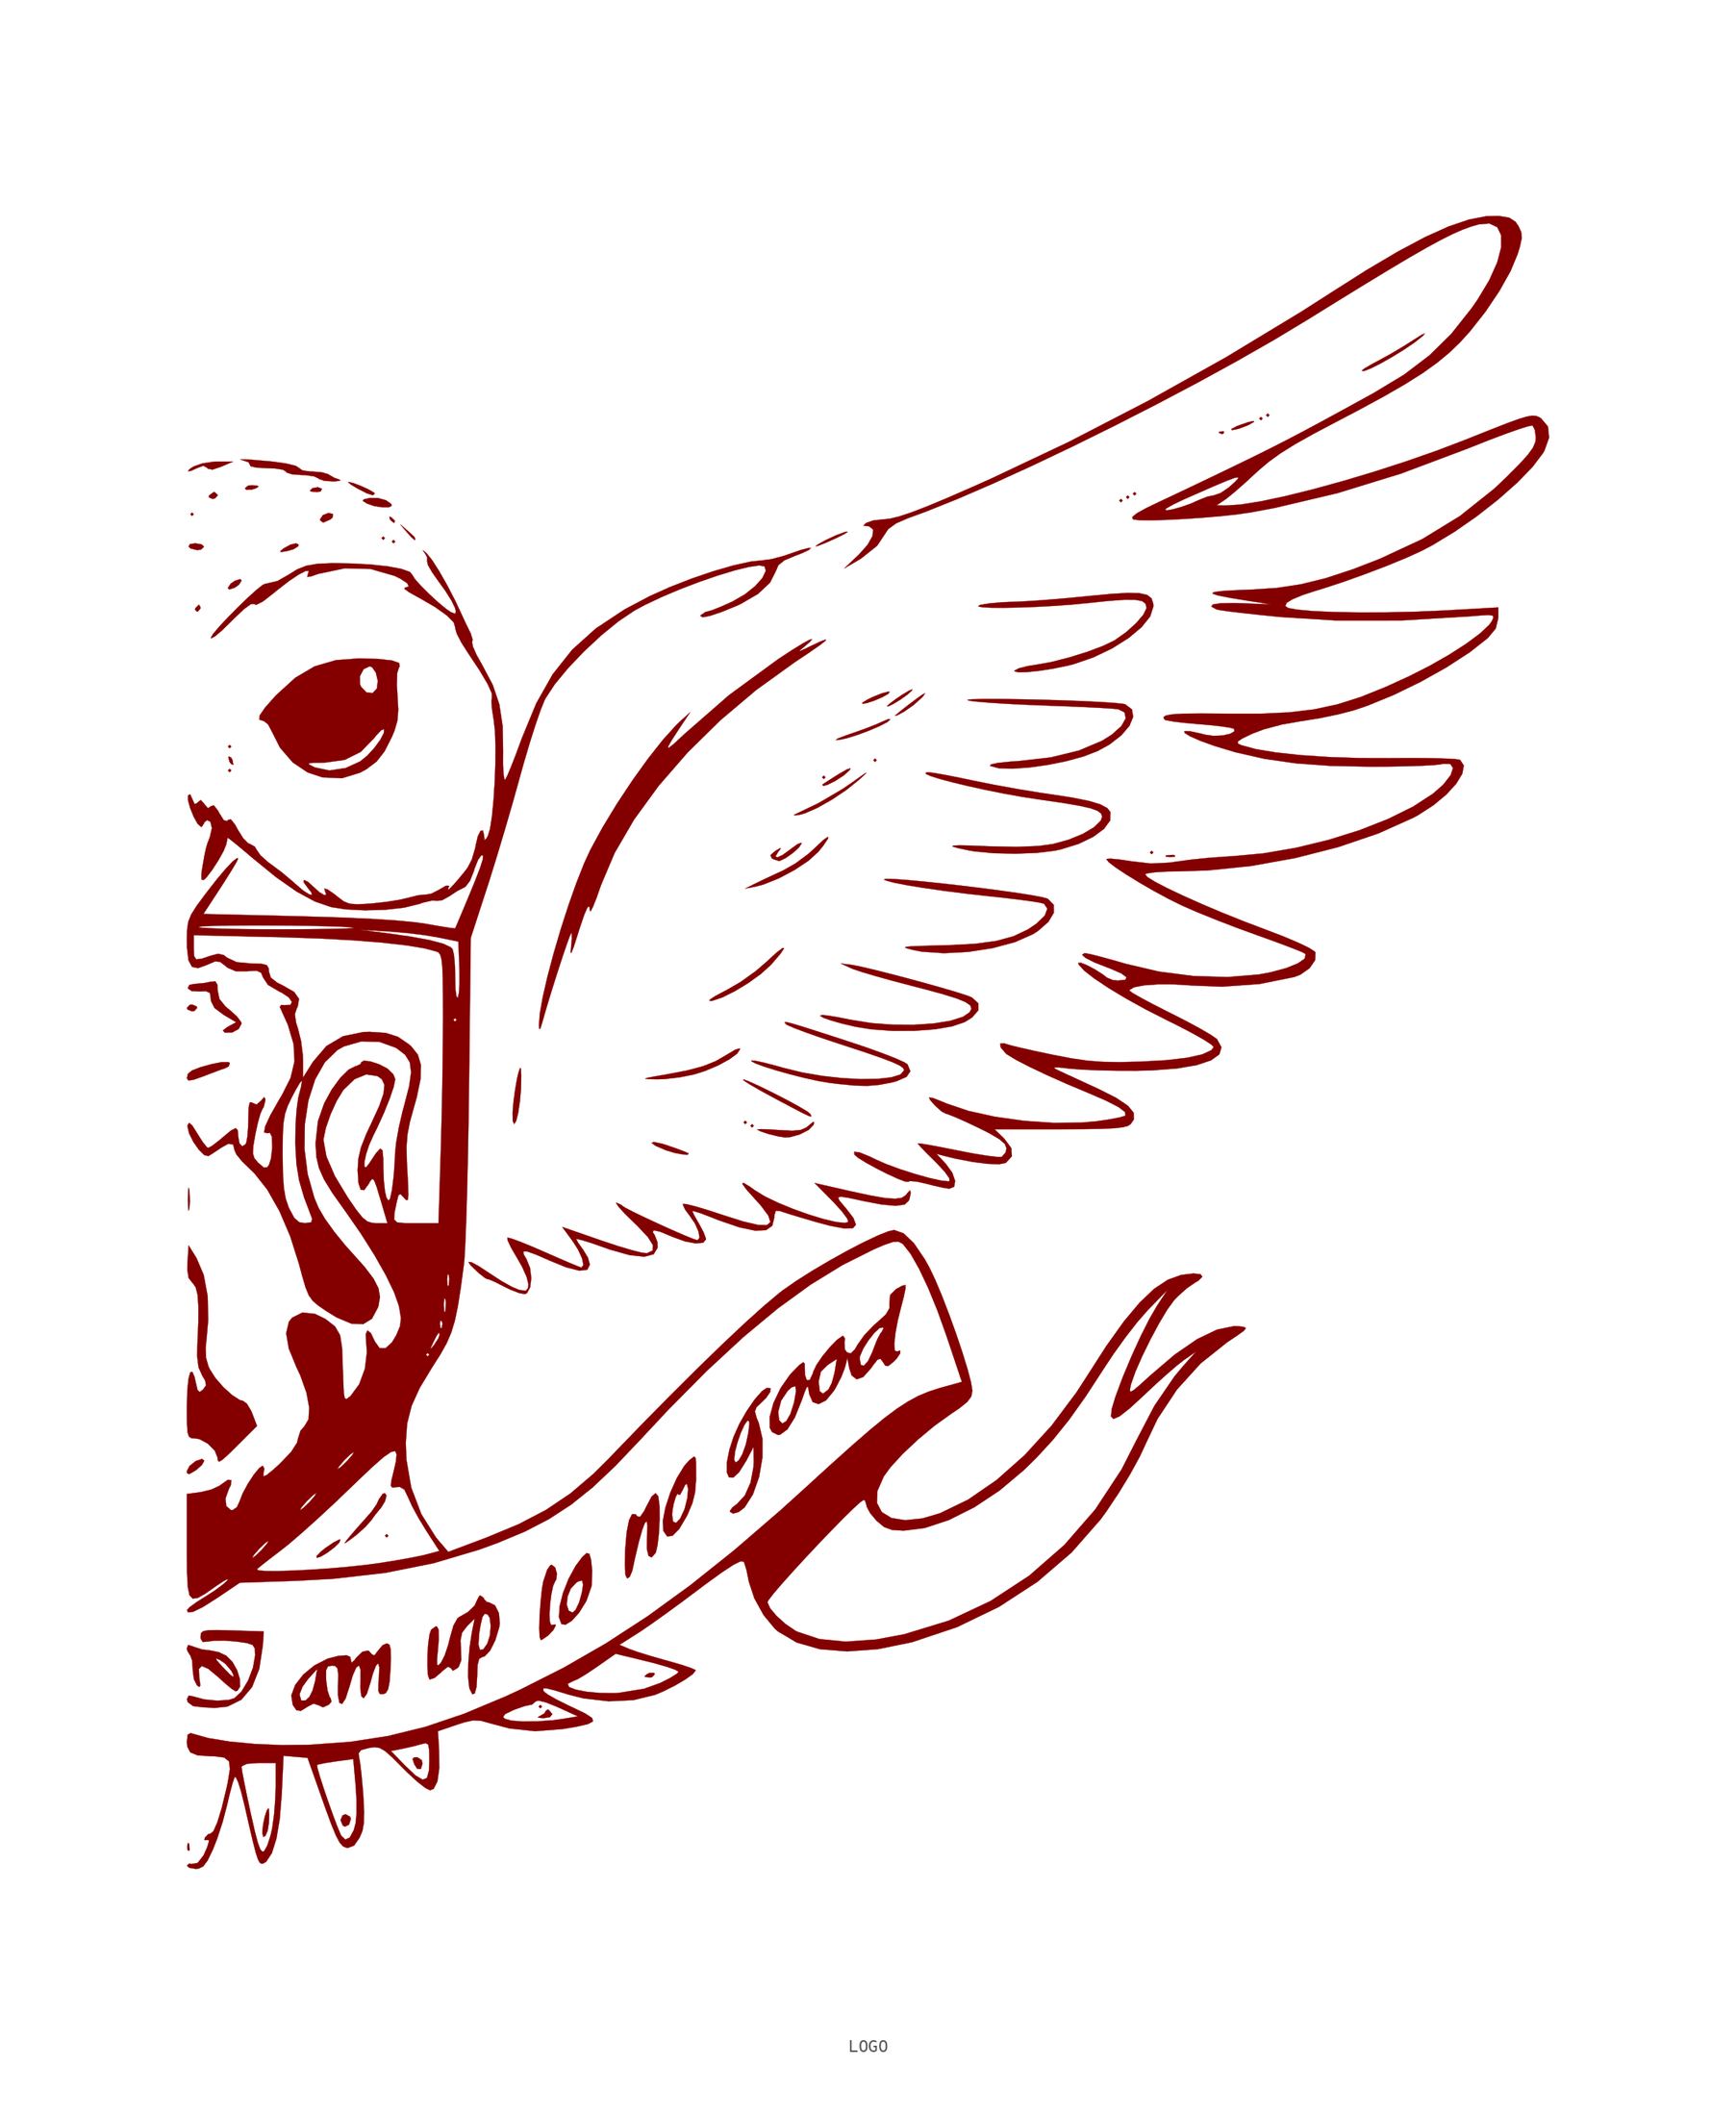
<source format=kicad_sym>
(kicad_symbol_lib
  (version 20220914)
  (generator "bitmap2component")
  (generator_version "9.0")
  (symbol "LOGO"
    (pin_names
      (offset 1.016))
    (property "Reference" "#G"
      (at 0 73.944 0)
      (effects (font (size 1.27 1.27)) hide))
    (symbol "LOGO_0_0"
      (polyline (pts (xy -55.827 -67.536) (xy -55.452 -67.355) (xy -55.104 -66.886) (xy -54.684 -66.017) (xy -54.337 -65.131) (xy -53.912 -63.824) (xy -53.583 -62.572) (xy -53.571 -62.517) (xy -53.335 -61.527) (xy -53.119 -60.73) (xy -52.966 -60.295) (xy -52.886 -60.29) (xy -52.697 -60.673) (xy -52.449 -61.465) (xy -52.17 -62.592) (xy -51.807 -64.185) (xy -51.515 -65.426) (xy -51.295 -66.273) (xy -51.124 -66.797) (xy -50.98 -67.065) (xy -50.839 -67.149) (xy -50.679 -67.116) (xy -50.464 -66.981) (xy -50.022 -66.306) (xy -49.663 -65.164) (xy -49.399 -63.6) (xy -49.243 -61.662) (xy -49.102 -58.608) (xy -48.149 -58.69) (xy -47.197 -58.771) (xy -46.997 -59.336) (xy -46.448 -59.336) (xy -46.313 -59.287) (xy -45.765 -59.175) (xy -44.962 -59.052) (xy -43.583 -58.866) (xy -43.397 -60.916) (xy -43.392 -60.967) (xy -43.326 -62.111) (xy -43.324 -63.163) (xy -43.386 -63.899) (xy -43.541 -64.489) (xy -43.854 -65.067) (xy -44.206 -65.237) (xy -44.529 -64.936) (xy -44.596 -64.796) (xy -44.867 -64.142) (xy -45.207 -63.236) (xy -45.575 -62.203) (xy -45.926 -61.17) (xy -46.218 -60.264) (xy -46.406 -59.61) (xy -46.448 -59.336) (xy -46.997 -59.336) (xy -45.956 -62.284) (xy -45.824 -62.657) (xy -45.334 -63.99) (xy -44.959 -64.903) (xy -44.659 -65.47) (xy -44.394 -65.771) (xy -44.125 -65.881) (xy -43.992 -65.892) (xy -43.513 -65.706) (xy -43.078 -65.08) (xy -42.859 -64.551) (xy -42.742 -63.908) (xy -42.723 -63.025) (xy -42.789 -61.753) (xy -42.825 -61.277) (xy -42.925 -60.159) (xy -43.029 -59.259) (xy -43.119 -58.738) (xy -43.164 -58.413) (xy -42.957 -58.156) (xy -42.332 -57.987) (xy -41.899 -57.928) (xy -41.497 -57.984) (xy -41.068 -58.231) (xy -40.6 -58.231) (xy -39.688 -58.052) (xy -38.871 -57.871) (xy -38.168 -57.682) (xy -37.841 -57.609) (xy -37.65 -57.725) (xy -37.574 -58.154) (xy -37.56 -59.01) (xy -37.592 -59.78) (xy -37.754 -60.372) (xy -38.094 -60.497) (xy -38.657 -60.163) (xy -39.486 -59.379) (xy -40.6 -58.231) (xy -41.068 -58.231) (xy -41.066 -58.232) (xy -40.493 -58.739) (xy -39.663 -59.574) (xy -39.285 -59.951) (xy -38.507 -60.662) (xy -37.876 -61.154) (xy -37.502 -61.338) (xy -37.22 -61.219) (xy -36.925 -60.634) (xy -36.779 -59.604) (xy -36.792 -58.177) (xy -36.884 -56.662) (xy -35.409 -56.16) (xy -34.797 -55.962) (xy -34.086 -55.808) (xy -33.471 -55.841) (xy -32.707 -56.052) (xy -31.234 -56.444) (xy -29.19 -56.664) (xy -27.014 -56.492) (xy -25.938 -56.313) (xy -25.019 -56.105) (xy -24.608 -55.885) (xy -24.687 -55.615) (xy -25.239 -55.256) (xy -26.248 -54.771) (xy -26.561 -54.626) (xy -27.483 -54.167) (xy -28.169 -53.779) (xy -28.488 -53.534) (xy -28.556 -53.406) (xy -28.529 -53.274) (xy -28.236 -53.285) (xy -27.595 -53.449) (xy -26.524 -53.776) (xy -25.374 -54.067) (xy -23.363 -54.298) (xy -21.409 -54.204) (xy -19.699 -53.787) (xy -19.056 -53.517) (xy -18.13 -53.055) (xy -17.305 -52.571) (xy -16.713 -52.145) (xy -16.485 -51.854) (xy -16.523 -51.814) (xy -16.936 -51.636) (xy -17.706 -51.382) (xy -18.712 -51.094) (xy -19.002 -51.016) (xy -20.128 -50.693) (xy -21.099 -50.39) (xy -21.729 -50.165) (xy -22.517 -49.833) (xy -21.054 -48.905) (xy -20.825 -48.756) (xy -19.952 -48.157) (xy -18.817 -47.347) (xy -17.54 -46.414) (xy -16.245 -45.445) (xy -15.723 -45.053) (xy -14.433 -44.117) (xy -13.515 -43.515) (xy -12.944 -43.23) (xy -12.693 -43.246) (xy -12.648 -43.335) (xy -12.469 -43.908) (xy -12.309 -44.69) (xy -12.285 -44.827) (xy -11.847 -46.153) (xy -11.678 -46.46) (xy -10.809 -46.46) (xy -10.726 -46.297) (xy -10.33 -45.784) (xy -9.671 -45.013) (xy -8.816 -44.057) (xy -7.836 -42.99) (xy -6.799 -41.885) (xy -5.775 -40.816) (xy -4.834 -39.856) (xy -4.044 -39.08) (xy -3.474 -38.56) (xy -3.195 -38.37) (xy -3.088 -38.423) (xy -2.972 -38.796) (xy -2.956 -38.901) (xy -2.683 -39.415) (xy -2.183 -40.012) (xy -2.181 -40.014) (xy -1.583 -40.513) (xy -0.95 -40.745) (xy -0.031 -40.802) (xy 1.64 -40.592) (xy 3.552 -39.961) (xy 5.559 -38.955) (xy 7.569 -37.621) (xy 9.491 -36.004) (xy 10.468 -35.048) (xy 11.787 -33.614) (xy 13.056 -32.036) (xy 14.367 -30.196) (xy 15.812 -27.981) (xy 16.573 -26.83) (xy 17.535 -25.492) (xy 18.473 -24.289) (xy 19.264 -23.387) (xy 20.849 -21.752) (xy 20.024 -23.006) (xy 19.436 -24.013) (xy 18.728 -25.412) (xy 17.992 -27.018) (xy 17.299 -28.673) (xy 16.721 -30.223) (xy 16.439 -31.159) (xy 16.373 -31.766) (xy 16.573 -31.965) (xy 17.059 -31.755) (xy 17.853 -31.134) (xy 18.974 -30.102) (xy 19.744 -29.377) (xy 20.726 -28.488) (xy 21.572 -27.759) (xy 22.157 -27.299) (xy 23.103 -26.64) (xy 22.077 -27.791) (xy 21.411 -28.586) (xy 19.814 -30.919) (xy 18.413 -33.599) (xy 17.212 -35.959) (xy 15.127 -39.126) (xy 12.679 -41.937) (xy 9.906 -44.36) (xy 6.844 -46.365) (xy 3.53 -47.922) (xy -0.000100 -48.999) (xy -2.212 -49.411) (xy -4.625 -49.582) (xy -6.695 -49.376) (xy -8.447 -48.793) (xy -8.621 -48.703) (xy -9.37 -48.191) (xy -10.077 -47.556) (xy -10.603 -46.933) (xy -10.809 -46.46) (xy -11.678 -46.46) (xy -11.113 -47.483) (xy -10.223 -48.557) (xy -9.979 -48.771) (xy -8.504 -49.648) (xy -6.664 -50.177) (xy -4.504 -50.354) (xy -2.069 -50.174) (xy 0.596 -49.632) (xy 0.661 -49.615) (xy 4.191 -48.434) (xy 7.513 -46.829) (xy 10.56 -44.845) (xy 13.261 -42.526) (xy 15.55 -39.916) (xy 16.014 -39.279) (xy 16.977 -37.838) (xy 17.893 -36.332) (xy 18.665 -34.924) (xy 19.196 -33.777) (xy 20.057 -31.962) (xy 21.591 -29.647) (xy 23.462 -27.583) (xy 25.558 -25.908) (xy 26.355 -25.378) (xy 26.882 -24.996) (xy 27.048 -24.789) (xy 26.899 -24.691) (xy 26.485 -24.638) (xy 26.121 -24.625) (xy 24.771 -24.898) (xy 23.198 -25.652) (xy 21.41 -26.882) (xy 19.416 -28.584) (xy 18.714 -29.228) (xy 18.186 -29.679) (xy 17.926 -29.822) (xy 17.864 -29.69) (xy 17.934 -29.318) (xy 17.968 -29.188) (xy 18.303 -28.241) (xy 18.834 -27.027) (xy 19.482 -25.703) (xy 20.17 -24.421) (xy 20.819 -23.335) (xy 21.351 -22.599) (xy 21.618 -22.314) (xy 22.37 -21.636) (xy 23.047 -21.171) (xy 23.278 -21.04) (xy 23.602 -20.724) (xy 23.46 -20.522) (xy 22.9 -20.462) (xy 21.973 -20.572) (xy 21.902 -20.586) (xy 20.867 -20.959) (xy 19.79 -21.674) (xy 18.641 -22.764) (xy 17.389 -24.261) (xy 16.004 -26.198) (xy 14.456 -28.607) (xy 13.643 -29.864) (xy 11.67 -32.498) (xy 9.541 -34.829) (xy 7.319 -36.799) (xy 5.066 -38.35) (xy 2.841 -39.426) (xy 1.453 -39.835) (xy 0.085 -39.977) (xy -1.002 -39.8) (xy -1.76 -39.335) (xy -2.145 -38.612) (xy -2.108 -37.661) (xy -1.604 -36.514) (xy -1.084 -35.8) (xy -0.111 -34.736) (xy 1.097 -33.599) (xy 2.414 -32.505) (xy 3.715 -31.571) (xy 4.356 -31.139) (xy 5 -30.622) (xy 5.319 -30.192) (xy 5.404 -29.748) (xy 5.404 -29.732) (xy 5.299 -29.072) (xy 5.025 -28.03) (xy 4.621 -26.718) (xy 4.126 -25.247) (xy 3.579 -23.728) (xy 3.018 -22.274) (xy 2.483 -20.996) (xy 2.013 -20.006) (xy 1.649 -19.348) (xy 0.78 -18.068) (xy -0.037 -17.287) (xy -0.787 -17.023) (xy -1.225 -17.12) (xy -2.087 -17.463) (xy -3.223 -18.002) (xy -4.536 -18.684) (xy -5.927 -19.458) (xy -7.298 -20.269) (xy -8.553 -21.064) (xy -9.593 -21.791) (xy -9.904 -22.031) (xy -11.1 -23.035) (xy -12.605 -24.39) (xy -14.381 -26.061) (xy -16.386 -28.008) (xy -18.583 -30.194) (xy -20.933 -32.581) (xy -23.395 -35.131) (xy -24.588 -36.318) (xy -26.409 -37.869) (xy -28.338 -39.166) (xy -30.518 -40.301) (xy -33.095 -41.367) (xy -36.061 -42.483) (xy -36.84 -41.575) (xy -37.04 -41.333) (xy -38.193 -39.502) (xy -38.994 -37.397) (xy -39.376 -35.185) (xy -39.427 -33.863) (xy -39.319 -32.328) (xy -38.965 -30.93) (xy -38.317 -29.5) (xy -37.327 -27.867) (xy -37.273 -27.784) (xy -36.657 -26.814) (xy -36.186 -25.967) (xy -35.827 -25.133) (xy -35.545 -24.202) (xy -35.306 -23.064) (xy -35.078 -21.608) (xy -34.825 -19.726) (xy -34.793 -19.395) (xy -34.733 -18.421) (xy -34.672 -17.012) (xy -34.612 -15.235) (xy -34.556 -13.159) (xy -34.504 -10.851) (xy -34.46 -8.379) (xy -34.424 -5.809) (xy -34.285 6.08) (xy -32.968 10.133) (xy -32.777 10.726) (xy -32.189 12.62) (xy -31.555 14.739) (xy -30.938 16.865) (xy -30.404 18.78) (xy -30.092 19.9) (xy -29.621 21.492) (xy -29.163 22.931) (xy -28.76 24.095) (xy -28.451 24.86) (xy -28.351 25.055) (xy -27.624 26.156) (xy -26.576 27.422) (xy -25.315 28.744) (xy -23.951 30.013) (xy -22.592 31.121) (xy -21.347 31.959) (xy -20.536 32.398) (xy -19.209 33.027) (xy -17.742 33.647) (xy -16.224 34.228) (xy -14.745 34.738) (xy -13.396 35.147) (xy -12.267 35.424) (xy -11.45 35.539) (xy -11.034 35.461) (xy -10.94 35.115) (xy -11.203 34.55) (xy -11.787 33.896) (xy -12.607 33.243) (xy -13.582 32.682) (xy -14.474 32.282) (xy -15.196 31.995) (xy -15.589 31.885) (xy -15.689 31.873) (xy -16.084 31.604) (xy -16.113 31.539) (xy -15.928 31.44) (xy -15.343 31.554) (xy -14.425 31.861) (xy -13.241 32.345) (xy -12.942 32.481) (xy -11.556 33.287) (xy -10.604 34.178) (xy -10.138 35.105) (xy -9.946 35.555) (xy -9.479 35.937) (xy -8.614 36.303) (xy -8.07 36.511) (xy -7.53 36.765) (xy -7.372 36.916) (xy -7.568 36.916) (xy -8.147 36.768) (xy -8.951 36.49) (xy -9.553 36.284) (xy -10.501 36.035) (xy -11.214 35.938) (xy -12.139 35.842) (xy -13.495 35.542) (xy -15.096 35.08) (xy -16.819 34.494) (xy -18.538 33.823) (xy -20.131 33.108) (xy -22.123 32.054) (xy -24.394 30.55) (xy -26.261 28.871) (xy -27.804 26.927) (xy -29.101 24.634) (xy -30.23 21.902) (xy -30.236 21.886) (xy -30.684 20.672) (xy -31.083 19.646) (xy -31.392 18.915) (xy -31.566 18.586) (xy -31.621 18.613) (xy -31.694 19.025) (xy -31.732 19.811) (xy -31.727 20.868) (xy -31.765 22.856) (xy -32.022 24.546) (xy -32.542 26.084) (xy -33.369 27.649) (xy -33.374 27.657) (xy -33.833 28.479) (xy -34.121 29.127) (xy -34.177 29.462) (xy -34.14 29.684) (xy -34.296 30.185) (xy -34.399 30.383) (xy -34.728 31.061) (xy -35.108 31.885) (xy -35.527 32.773) (xy -36.154 33.982) (xy -36.786 35.09) (xy -37.346 35.965) (xy -37.761 36.479) (xy -37.936 36.637) (xy -38.081 36.736) (xy -37.885 36.454) (xy -37.732 36.177) (xy -37.735 35.853) (xy -37.674 35.575) (xy -37.345 35.001) (xy -36.819 34.256) (xy -36.29 33.52) (xy -35.801 32.741) (xy -35.539 32.2) (xy -35.467 31.94) (xy -35.498 31.704) (xy -35.845 31.837) (xy -36.235 32.101) (xy -36.876 32.633) (xy -37.585 33.285) (xy -38.241 33.941) (xy -38.723 34.485) (xy -38.911 34.799) (xy -39.106 35.026) (xy -39.773 35.265) (xy -40.845 35.466) (xy -42.248 35.615) (xy -43.91 35.7) (xy -45.28 35.718) (xy -46.433 35.665) (xy -47.3 35.511) (xy -48.017 35.23) (xy -48.716 34.797) (xy -49.585 34.303) (xy -50.597 34.068) (xy -50.75 33.993) (xy -51.238 33.608) (xy -51.926 32.987) (xy -52.713 32.228) (xy -53.499 31.431) (xy -54.185 30.698) (xy -54.669 30.126) (xy -54.853 29.817) (xy -54.813 29.775) (xy -54.498 29.95) (xy -53.937 30.425) (xy -53.214 31.135) (xy -53.011 31.342) (xy -52.218 32.089) (xy -51.678 32.484) (xy -51.434 32.492) (xy -51.273 32.42) (xy -50.755 32.672) (xy -49.899 33.333) (xy -49.622 33.564) (xy -48.687 34.289) (xy -47.911 34.811) (xy -47.358 35.096) (xy -47.093 35.108) (xy -47.181 34.812) (xy -47.224 34.625) (xy -46.892 34.681) (xy -46.352 34.872) (xy -44.245 35.312) (xy -42.209 35.26) (xy -40.32 34.716) (xy -39.871 34.5) (xy -39.319 34.138) (xy -39.188 33.876) (xy -39.519 33.764) (xy -39.527 33.685) (xy -39.172 33.425) (xy -38.505 33.05) (xy -38.369 32.978) (xy -37.123 32.259) (xy -36.19 31.593) (xy -35.632 31.033) (xy -35.511 30.628) (xy -35.519 30.59) (xy -35.394 30.148) (xy -35.024 29.431) (xy -34.478 28.576) (xy -33.593 27.248) (xy -32.947 26.153) (xy -32.612 25.405) (xy -32.608 25.037) (xy -32.648 24.809) (xy -32.604 24.177) (xy -32.467 23.314) (xy -32.369 22.452) (xy -32.327 21.255) (xy -32.336 19.855) (xy -32.391 18.375) (xy -32.484 16.939) (xy -32.609 15.672) (xy -32.761 14.697) (xy -32.933 14.139) (xy -33.046 13.95) (xy -33.194 13.801) (xy -33.228 14.119) (xy -33.23 14.189) (xy -33.326 14.583) (xy -33.513 14.539) (xy -33.723 14.128) (xy -33.891 13.418) (xy -33.935 13.174) (xy -34.195 12.293) (xy -34.53 11.635) (xy -34.818 11.264) (xy -35.327 10.649) (xy -35.767 10.155) (xy -36.048 9.882) (xy -36.079 9.93) (xy -36 10.204) (xy -36.243 10.206) (xy -36.872 9.846) (xy -37.4 9.58) (xy -37.876 9.495) (xy -37.921 9.502) (xy -38.456 9.449) (xy -39.181 9.266) (xy -39.886 9.1) (xy -40.937 8.931) (xy -42.065 8.806) (xy -42.325 8.785) (xy -43.27 8.735) (xy -43.884 8.786) (xy -44.34 8.971) (xy -44.806 9.322) (xy -45.055 9.525) (xy -45.603 9.906) (xy -45.873 9.982) (xy -45.801 9.728) (xy -45.713 9.497) (xy -45.882 9.468) (xy -46.264 9.695) (xy -46.746 10.132) (xy -47.159 10.511) (xy -47.482 10.665) (xy -47.508 10.486) (xy -47.154 10) (xy -46.909 9.698) (xy -46.839 9.474) (xy -47.075 9.524) (xy -47.536 9.82) (xy -48.145 10.336) (xy -48.332 10.507) (xy -49.215 11.249) (xy -50.074 11.889) (xy -50.324 12.07) (xy -50.915 12.601) (xy -51.224 13.038) (xy -51.363 13.288) (xy -51.758 13.511) (xy -51.9 13.563) (xy -52.296 13.965) (xy -52.712 14.632) (xy -52.943 15.054) (xy -53.277 15.466) (xy -53.501 15.404) (xy -53.575 15.318) (xy -53.825 15.388) (xy -54.178 15.943) (xy -54.292 16.153) (xy -54.618 16.567) (xy -54.849 16.49) (xy -55.077 16.332) (xy -55.357 16.653) (xy -55.386 16.702) (xy -55.652 16.986) (xy -55.892 16.798) (xy -55.927 16.747) (xy -56.133 16.661) (xy -56.32 17.068) (xy -56.492 17.441) (xy -56.658 17.338) (xy -56.66 16.985) (xy -56.487 16.347) (xy -56.203 15.651) (xy -55.888 15.091) (xy -55.623 14.862) (xy -55.569 14.869) (xy -55.394 15.132) (xy -55.387 15.196) (xy -55.152 15.402) (xy -54.879 15.258) (xy -54.766 14.759) (xy -54.929 14.051) (xy -54.941 14.02) (xy -55.122 13.553) (xy -55.249 13.119) (xy -55.371 12.528) (xy -55.533 11.592) (xy -55.599 11.139) (xy -55.59 10.689) (xy -55.412 10.662) (xy -55.189 10.871) (xy -54.738 11.463) (xy -54.248 12.221) (xy -53.838 12.958) (xy -53.628 13.486) (xy -53.586 13.698) (xy -53.523 13.996) (xy -53.458 13.965) (xy -53.074 13.672) (xy -52.422 13.137) (xy -51.594 12.434) (xy -49.701 10.889) (xy -48.056 9.739) (xy -46.619 8.96) (xy -45.335 8.518) (xy -44.201 8.34) (xy -42.653 8.258) (xy -41.039 8.305) (xy -39.558 8.472) (xy -38.409 8.753) (xy -38.049 8.873) (xy -37.359 9.031) (xy -36.965 9.018) (xy -36.947 9.009) (xy -36.545 9.063) (xy -35.98 9.376) (xy -35.346 9.792) (xy -34.804 10.07) (xy -34.7 10.13) (xy -34.341 10.602) (xy -34.054 11.324) (xy -33.984 11.561) (xy -33.719 12.23) (xy -33.47 12.587) (xy -33.457 12.595) (xy -33.312 12.595) (xy -33.33 12.304) (xy -33.528 11.673) (xy -33.919 10.651) (xy -34.521 9.187) (xy -34.747 8.646) (xy -35.132 7.733) (xy -35.405 7.091) (xy -35.518 6.835) (xy -35.567 6.832) (xy -36.008 6.886) (xy -36.807 7.013) (xy -37.84 7.194) (xy -38.701 7.318) (xy -40.284 7.466) (xy -42.348 7.596) (xy -44.859 7.704) (xy -47.782 7.79) (xy -55.438 7.971) (xy -54.065 10.074) (xy -53.741 10.575) (xy -53.202 11.433) (xy -52.83 12.059) (xy -52.692 12.345) (xy -52.772 12.396) (xy -53.118 12.129) (xy -53.688 11.527) (xy -54.428 10.648) (xy -55.282 9.549) (xy -55.974 8.612) (xy -56.407 7.929) (xy -56.638 7.351) (xy -56.696 6.946) (xy -55.834 6.946) (xy -55.772 6.966) (xy -55.277 7.008) (xy -54.374 7.038) (xy -53.158 7.057) (xy -51.723 7.066) (xy -50.166 7.065) (xy -48.579 7.054) (xy -47.058 7.034) (xy -45.699 7.005) (xy -44.595 6.969) (xy -43.842 6.925) (xy -43.534 6.875) (xy -43.614 6.853) (xy -44.138 6.822) (xy -45.083 6.795) (xy -46.377 6.774) (xy -47.947 6.76) (xy -49.719 6.755) (xy -50.855 6.758) (xy -52.501 6.775) (xy -53.893 6.805) (xy -54.96 6.844) (xy -55.631 6.892) (xy -55.834 6.946) (xy -56.696 6.946) (xy -56.727 6.727) (xy -43.099 6.727) (xy -40.802 6.59) (xy -40.665 6.581) (xy -39.32 6.465) (xy -37.968 6.3) (xy -36.884 6.121) (xy -35.263 5.789) (xy -35.183 3.663) (xy -35.175 3.42) (xy -35.176 2.426) (xy -35.226 1.678) (xy -35.318 1.323) (xy -35.324 1.318) (xy -35.427 1.475) (xy -35.497 2.048) (xy -35.518 2.919) (xy -35.537 3.844) (xy -35.607 4.682) (xy -35.713 5.17) (xy -35.852 5.329) (xy -36.461 5.62) (xy -37.541 5.907) (xy -39.115 6.194) (xy -41.208 6.488) (xy -43.099 6.727) (xy -56.727 6.727) (xy -56.729 6.716) (xy -56.745 5.863) (xy -56.735 5.308) (xy -56.204 5.308) (xy -56.204 6.292) (xy -49.382 6.136) (xy -48.877 6.124) (xy -46.058 6.024) (xy -43.496 5.882) (xy -41.248 5.702) (xy -39.369 5.489) (xy -37.917 5.249) (xy -36.949 4.986) (xy -36.843 4.931) (xy -36.703 4.757) (xy -36.604 4.415) (xy -36.539 3.83) (xy -36.501 2.929) (xy -36.483 1.637) (xy -36.479 -0.12) (xy -36.48 -0.405) (xy -35.668 -0.405) (xy -35.533 -0.27) (xy -35.398 -0.405) (xy -35.533 -0.54) (xy -35.668 -0.405) (xy -36.48 -0.405) (xy -36.485 -1.645) (xy -36.51 -3.861) (xy -36.548 -6.254) (xy -36.599 -8.623) (xy -36.657 -10.765) (xy -36.835 -16.483) (xy -38.658 -16.483) (xy -39.506 -16.484) (xy -40.108 -16.426) (xy -40.348 -16.194) (xy -40.323 -15.677) (xy -40.13 -14.761) (xy -40.009 -14.282) (xy -39.852 -14.176) (xy -39.554 -14.491) (xy -39.376 -14.671) (xy -39.266 -14.626) (xy -39.224 -14.27) (xy -39.24 -13.528) (xy -39.306 -12.322) (xy -39.346 -11.582) (xy -39.368 -10.417) (xy -39.293 -9.453) (xy -39.098 -8.467) (xy -38.758 -7.235) (xy -38.55 -6.492) (xy -38.256 -5.063) (xy -38.227 -3.981) (xy -38.468 -3.16) (xy -38.982 -2.509) (xy -39.155 -2.356) (xy -40.038 -1.747) (xy -41.008 -1.437) (xy -42.281 -1.351) (xy -42.79 -1.367) (xy -44.397 -1.7) (xy -45.708 -2.476) (xy -46.761 -3.713) (xy -47.557 -4.97) (xy -47.557 -3.6) (xy -47.57 -3.225) (xy -47.71 -2.091) (xy -47.956 -1.1) (xy -48.102 -0.648) (xy -48.205 0.032) (xy -48.048 0.519) (xy -47.982 0.634) (xy -47.873 1.253) (xy -48.258 1.803) (xy -49.16 2.321) (xy -49.594 2.533) (xy -50.111 2.942) (xy -50.26 3.43) (xy -50.274 3.672) (xy -50.42 3.924) (xy -50.836 4.031) (xy -51.657 4.053) (xy -52.796 4.159) (xy -53.558 4.509) (xy -53.833 4.722) (xy -54.281 4.824) (xy -54.95 4.644) (xy -55.581 4.428) (xy -56.015 4.384) (xy -56.179 4.654) (xy -56.204 5.308) (xy -56.735 5.308) (xy -56.735 5.285) (xy -56.619 4.308) (xy -56.343 3.791) (xy -55.865 3.688) (xy -55.145 3.948) (xy -55.096 3.972) (xy -54.507 4.221) (xy -54.121 4.186) (xy -53.686 3.853) (xy -53.525 3.721) (xy -52.885 3.444) (xy -51.984 3.443) (xy -51.899 3.453) (xy -51.216 3.479) (xy -50.877 3.328) (xy -50.708 2.93) (xy -50.324 2.359) (xy -49.431 1.833) (xy -49.257 1.755) (xy -48.691 1.381) (xy -48.439 1.022) (xy -48.54 0.78) (xy -49.033 0.761) (xy -49.279 0.771) (xy -49.396 0.626) (xy -48.757 -0.79) (xy -48.301 -2.322) (xy -48.23 -3.684) (xy -48.541 -4.993) (xy -49.231 -6.361) (xy -49.436 -6.699) (xy -50.149 -7.956) (xy -50.551 -8.829) (xy -50.636 -9.303) (xy -50.4 -9.362) (xy -50.173 -9.344) (xy -50.029 -9.627) (xy -49.994 -10.344) (xy -50 -10.586) (xy -50.021 -10.765) (xy -49.173 -10.765) (xy -49.159 -9.469) (xy -49.103 -8.543) (xy -48.983 -7.843) (xy -48.776 -7.229) (xy -48.459 -6.556) (xy -48.126 -5.926) (xy -47.81 -5.39) (xy -47.656 -5.216) (xy -47.645 -5.265) (xy -47.708 -5.684) (xy -47.884 -6.365) (xy -47.944 -6.622) (xy -48.067 -7.542) (xy -48.146 -8.732) (xy -48.166 -9.998) (xy -48.159 -10.39) (xy -48.074 -11.83) (xy -47.863 -13.105) (xy -47.48 -14.428) (xy -46.881 -16.01) (xy -46.833 -16.149) (xy -46.907 -16.415) (xy -47.407 -16.483) (xy -47.854 -16.41) (xy -48.249 -16.07) (xy -48.646 -15.335) (xy -48.716 -15.172) (xy -48.938 -14.498) (xy -49.077 -13.679) (xy -49.15 -12.585) (xy -49.173 -11.083) (xy -49.173 -10.765) (xy -50.021 -10.765) (xy -50.091 -11.373) (xy -50.255 -11.889) (xy -50.393 -12.067) (xy -50.653 -12.09) (xy -51.083 -11.726) (xy -51.13 -11.678) (xy -51.41 -11.338) (xy -51.524 -10.959) (xy -51.49 -10.376) (xy -51.325 -9.429) (xy -51.141 -8.576) (xy -50.932 -7.828) (xy -50.764 -7.444) (xy -50.67 -7.304) (xy -50.538 -6.769) (xy -50.543 -6.661) (xy -50.628 -6.515) (xy -50.899 -6.813) (xy -51.232 -7.107) (xy -51.566 -6.962) (xy -51.591 -6.939) (xy -51.764 -6.922) (xy -51.855 -7.309) (xy -51.881 -8.165) (xy -51.894 -8.789) (xy -51.953 -9.612) (xy -52.044 -10.109) (xy -52.104 -10.238) (xy -52.361 -10.41) (xy -52.592 -10.162) (xy -52.692 -9.577) (xy -52.724 -9.127) (xy -52.889 -8.965) (xy -53.269 -9.162) (xy -53.949 -9.728) (xy -54.223 -9.961) (xy -54.763 -10.374) (xy -55.065 -10.536) (xy -55.17 -10.467) (xy -55.502 -10.052) (xy -55.923 -9.388) (xy -56.313 -8.769) (xy -56.564 -8.545) (xy -56.69 -8.733) (xy -56.699 -8.824) (xy -56.573 -9.376) (xy -56.242 -10.041) (xy -55.808 -10.665) (xy -55.375 -11.095) (xy -55.046 -11.179) (xy -54.616 -10.908) (xy -54.012 -10.502) (xy -53.48 -10.21) (xy -53.087 -10.255) (xy -52.962 -10.752) (xy -52.821 -11.055) (xy -52.363 -11.613) (xy -51.698 -12.258) (xy -51.406 -12.537) (xy -50.389 -13.826) (xy -49.426 -15.522) (xy -48.57 -17.523) (xy -47.872 -19.726) (xy -47.627 -20.648) (xy -47.355 -21.573) (xy -47.102 -22.189) (xy -46.794 -22.621) (xy -46.361 -22.992) (xy -45.73 -23.427) (xy -44.905 -23.936) (xy -43.722 -24.433) (xy -42.793 -24.467) (xy -42.101 -24.038) (xy -41.626 -23.144) (xy -41.586 -23.014) (xy -41.471 -22.319) (xy -41.588 -21.634) (xy -41.98 -20.869) (xy -42.692 -19.931) (xy -43.768 -18.731) (xy -44.187 -18.265) (xy -45.071 -17.181) (xy -45.828 -16.126) (xy -46.327 -15.273) (xy -46.662 -14.479) (xy -47.193 -12.591) (xy -47.441 -10.613) (xy -47.416 -8.642) (xy -47.131 -6.776) (xy -46.597 -5.113) (xy -45.826 -3.752) (xy -44.83 -2.788) (xy -44.322 -2.503) (xy -42.951 -2.108) (xy -41.53 -2.137) (xy -40.24 -2.598) (xy -40.116 -2.672) (xy -39.471 -3.171) (xy -39.106 -3.764) (xy -39.006 -4.55) (xy -39.154 -5.63) (xy -39.535 -7.104) (xy -39.671 -7.6) (xy -39.977 -8.92) (xy -40.194 -10.156) (xy -40.282 -11.092) (xy -40.297 -11.574) (xy -40.38 -12.756) (xy -40.508 -13.781) (xy -40.536 -13.944) (xy -40.67 -14.555) (xy -40.796 -14.705) (xy -40.957 -14.456) (xy -41.075 -13.966) (xy -41.167 -13.101) (xy -41.204 -12.078) (xy -41.212 -11.351) (xy -41.274 -10.714) (xy -41.446 -10.585) (xy -41.783 -10.948) (xy -42.34 -11.79) (xy -42.569 -12.068) (xy -42.701 -12.011) (xy -42.696 -11.63) (xy -42.567 -11.027) (xy -42.332 -10.307) (xy -42.005 -9.571) (xy -41.7 -8.96) (xy -41.151 -7.756) (xy -40.693 -6.62) (xy -40.379 -5.688) (xy -40.262 -5.098) (xy -40.412 -4.71) (xy -40.87 -4.262) (xy -41.529 -3.919) (xy -42.217 -3.692) (xy -42.75 -3.632) (xy -42.964 -3.778) (xy -42.997 -3.892) (xy -43.332 -4.053) (xy -43.388 -4.057) (xy -43.947 -4.339) (xy -44.612 -4.996) (xy -45.287 -5.916) (xy -45.876 -6.989) (xy -46.375 -8.417) (xy -46.54 -9.94) (xy -45.935 -9.94) (xy -45.928 -9.8) (xy -45.747 -8.937) (xy -45.377 -7.875) (xy -44.899 -6.824) (xy -44.396 -5.995) (xy -44.35 -5.935) (xy -43.479 -5.095) (xy -42.566 -4.72) (xy -41.688 -4.842) (xy -41.324 -5.088) (xy -41.118 -5.538) (xy -41.182 -6.221) (xy -41.524 -7.212) (xy -42.153 -8.581) (xy -42.552 -9.426) (xy -42.966 -10.476) (xy -43.176 -11.363) (xy -43.234 -12.268) (xy -43.234 -12.304) (xy -43.169 -13.311) (xy -42.992 -13.838) (xy -42.716 -13.866) (xy -42.358 -13.377) (xy -42.236 -13.154) (xy -42.074 -12.976) (xy -41.922 -13.109) (xy -41.728 -13.622) (xy -41.437 -14.585) (xy -40.878 -16.483) (xy -41.766 -16.483) (xy -42.071 -16.468) (xy -42.469 -16.346) (xy -42.861 -16.028) (xy -43.344 -15.425) (xy -44.014 -14.45) (xy -45.032 -12.764) (xy -45.706 -11.208) (xy -45.935 -9.94) (xy -46.54 -9.94) (xy -46.557 -10.097) (xy -46.557 -10.313) (xy -46.496 -11.268) (xy -46.293 -12.128) (xy -45.897 -13.021) (xy -45.253 -14.07) (xy -44.308 -15.402) (xy -44.171 -15.591) (xy -42.975 -17.315) (xy -41.904 -19.012) (xy -41.013 -20.583) (xy -40.839 -20.942) (xy -36.156 -20.942) (xy -36.154 -20.858) (xy -36.107 -20.499) (xy -36.021 -20.609) (xy -35.978 -20.883) (xy -36.031 -21.419) (xy -36.042 -21.444) (xy -36.127 -21.403) (xy -36.156 -20.942) (xy -40.839 -20.942) (xy -40.358 -21.932) (xy -39.993 -22.962) (xy -39.992 -22.968) (xy -36.416 -22.968) (xy -36.413 -22.785) (xy -36.371 -22.411) (xy -36.292 -22.495) (xy -36.251 -22.756) (xy -36.292 -23.441) (xy -36.318 -23.518) (xy -36.388 -23.46) (xy -36.416 -22.968) (xy -39.992 -22.968) (xy -39.94 -23.189) (xy -39.809 -23.999) (xy -39.858 -24.432) (xy -36.728 -24.432) (xy -36.684 -24.166) (xy -36.564 -24.268) (xy -36.521 -24.425) (xy -36.586 -24.786) (xy -36.678 -24.782) (xy -36.728 -24.432) (xy -39.858 -24.432) (xy -39.879 -24.622) (xy -40.169 -25.326) (xy -40.519 -25.913) (xy -41.033 -26.375) (xy -41.502 -26.361) (xy -41.866 -25.851) (xy -42.19 -25.177) (xy -42.458 -24.967) (xy -42.594 -25.266) (xy -42.547 -26.058) (xy -42.523 -26.389) (xy -37.471 -26.389) (xy -37.268 -25.94) (xy -36.985 -25.379) (xy -36.802 -25.133) (xy -36.749 -25.303) (xy -36.844 -25.589) (xy -37.169 -26.091) (xy -37.413 -26.387) (xy -37.471 -26.389) (xy -42.523 -26.389) (xy -42.502 -26.673) (xy -42.527 -26.886) (xy -37.83 -26.886) (xy -37.695 -26.751) (xy -37.56 -26.886) (xy -37.695 -27.021) (xy -37.83 -26.886) (xy -42.527 -26.886) (xy -42.661 -27.997) (xy -43.11 -29.221) (xy -43.784 -30.137) (xy -43.838 -30.186) (xy -44.111 -30.394) (xy -44.26 -30.329) (xy -44.331 -29.901) (xy -44.371 -29.022) (xy -44.395 -28.357) (xy -44.433 -27.295) (xy -44.463 -26.481) (xy -44.469 -26.353) (xy -44.621 -25.349) (xy -45.026 -24.649) (xy -45.792 -24.054) (xy -46.613 -23.658) (xy -47.599 -23.553) (xy -48.414 -23.956) (xy -48.679 -24.289) (xy -48.887 -25.188) (xy -48.687 -26.39) (xy -48.083 -27.863) (xy -47.77 -28.53) (xy -47.288 -29.883) (xy -47.066 -31.066) (xy -47.116 -31.986) (xy -47.451 -32.55) (xy -47.755 -32.897) (xy -47.963 -33.553) (xy -48.024 -33.836) (xy -48.495 -34.574) (xy -49.419 -35.533) (xy -49.858 -35.932) (xy -44.827 -35.932) (xy -44.7 -35.709) (xy -44.315 -35.263) (xy -44.252 -35.196) (xy -43.802 -34.764) (xy -43.545 -34.587) (xy -43.533 -34.593) (xy -43.659 -34.816) (xy -44.045 -35.263) (xy -44.108 -35.329) (xy -44.557 -35.761) (xy -44.815 -35.938) (xy -44.827 -35.932) (xy -49.858 -35.932) (xy -49.896 -35.967) (xy -50.444 -36.413) (xy -50.692 -36.507) (xy -50.684 -36.276) (xy -50.621 -35.883) (xy -50.746 -35.668) (xy -51.017 -35.847) (xy -51.448 -36.371) (xy -51.918 -37.09) (xy -52.328 -37.845) (xy -52.575 -38.483) (xy -52.791 -38.95) (xy -53.126 -39.175) (xy -47.799 -39.175) (xy -47.673 -38.952) (xy -47.287 -38.505) (xy -47.224 -38.439) (xy -46.775 -38.007) (xy -46.518 -37.83) (xy -46.505 -37.836) (xy -46.632 -38.059) (xy -47.017 -38.505) (xy -47.08 -38.572) (xy -47.53 -39.004) (xy -47.787 -39.181) (xy -47.799 -39.175) (xy -53.126 -39.175) (xy -53.135 -39.181) (xy -53.279 -39.164) (xy -53.634 -38.85) (xy -53.691 -38.252) (xy -53.426 -37.514) (xy -53.275 -37.211) (xy -53.225 -36.807) (xy -53.51 -36.785) (xy -54.068 -37.177) (xy -54.163 -37.251) (xy -54.816 -37.555) (xy -55.643 -37.753) (xy -56.745 -37.901) (xy -56.745 -42.054) (xy -56.745 -42.629) (xy -56.742 -42.958) (xy -51.582 -42.958) (xy -51.456 -42.735) (xy -51.07 -42.288) (xy -51.007 -42.222) (xy -50.558 -41.79) (xy -50.3 -41.613) (xy -50.288 -41.619) (xy -50.414 -41.842) (xy -50.8 -42.288) (xy -50.863 -42.355) (xy -51.313 -42.787) (xy -51.57 -42.964) (xy -51.582 -42.958) (xy -56.742 -42.958) (xy -56.735 -43.852) (xy -51.205 -43.852) (xy -51.16 -43.812) (xy -50.742 -43.47) (xy -50.045 -42.926) (xy -49.194 -42.276) (xy -48.647 -41.838) (xy -47.651 -40.983) (xy -46.455 -39.911) (xy -45.163 -38.715) (xy -43.88 -37.491) (xy -43.231 -36.864) (xy -42.04 -35.737) (xy -41.172 -34.978) (xy -40.592 -34.574) (xy -40.263 -34.51) (xy -40.148 -34.774) (xy -40.211 -35.352) (xy -40.414 -36.232) (xy -40.546 -36.766) (xy -40.613 -37.238) (xy -40.492 -37.394) (xy -40.152 -37.36) (xy -39.903 -37.342) (xy -39.541 -37.551) (xy -39.237 -38.182) (xy -38.934 -38.851) (xy -38.426 -39.788) (xy -37.835 -40.761) (xy -36.77 -42.408) (xy -37.809 -42.688) (xy -38.119 -42.763) (xy -39.046 -42.951) (xy -40.237 -43.163) (xy -41.511 -43.367) (xy -42.587 -43.511) (xy -43.991 -43.661) (xy -45.479 -43.789) (xy -46.963 -43.891) (xy -48.354 -43.962) (xy -49.562 -43.998) (xy -50.5 -43.995) (xy -51.077 -43.948) (xy -51.205 -43.852) (xy -56.735 -43.852) (xy -56.732 -44.182) (xy -56.675 -45.258) (xy -56.538 -45.908) (xy -56.284 -46.18) (xy -55.881 -46.123) (xy -55.291 -45.787) (xy -54.48 -45.221) (xy -54.452 -45.2) (xy -53.833 -44.787) (xy -53.51 -44.624) (xy -53.551 -44.748) (xy -53.842 -45.017) (xy -54.535 -45.535) (xy -55.369 -46.072) (xy -55.966 -46.446) (xy -56.523 -46.849) (xy -56.739 -47.084) (xy -56.67 -47.254) (xy -56.263 -47.226) (xy -55.481 -46.844) (xy -54.313 -46.104) (xy -52.556 -44.92) (xy -48.098 -44.77) (xy -45.171 -44.611) (xy -41.044 -44.141) (xy -37.229 -43.379) (xy -33.63 -42.31) (xy -32.169 -41.78) (xy -30.004 -40.876) (xy -28.101 -39.892) (xy -26.348 -38.751) (xy -24.637 -37.379) (xy -22.858 -35.701) (xy -20.898 -33.642) (xy -18.649 -31.237) (xy -15.591 -28.153) (xy -12.72 -25.497) (xy -10.001 -23.238) (xy -7.396 -21.347) (xy -4.867 -19.794) (xy -2.379 -18.547) (xy -1.53 -18.185) (xy -0.863 -17.964) (xy -0.442 -17.944) (xy -0.14 -18.1) (xy -0.059 -18.173) (xy 0.517 -18.91) (xy 1.184 -20.08) (xy 1.905 -21.604) (xy 2.642 -23.404) (xy 3.358 -25.402) (xy 4.574 -29.035) (xy 3.03 -29.464) (xy 2.765 -29.54) (xy 1.936 -29.81) (xy 1.146 -30.139) (xy 0.342 -30.567) (xy -0.532 -31.132) (xy -1.527 -31.875) (xy -2.698 -32.833) (xy -4.098 -34.048) (xy -5.782 -35.558) (xy -7.802 -37.402) (xy -9.767 -39.18) (xy -13.431 -42.34) (xy -16.91 -45.117) (xy -20.272 -47.559) (xy -23.586 -49.715) (xy -26.92 -51.633) (xy -29.518 -52.945) (xy -26.605 -52.945) (xy -26.564 -52.888) (xy -26.17 -52.691) (xy -26.167 -52.691) (xy -25.813 -52.541) (xy -25.163 -52.154) (xy -24.357 -51.615) (xy -22.823 -50.539) (xy -20.332 -51.142) (xy -19.698 -51.303) (xy -18.742 -51.578) (xy -18.084 -51.81) (xy -17.837 -51.963) (xy -17.994 -52.134) (xy -18.528 -52.465) (xy -19.309 -52.856) (xy -20.576 -53.31) (xy -22.619 -53.64) (xy -22.956 -53.655) (xy -24.081 -53.64) (xy -25.123 -53.542) (xy -25.967 -53.38) (xy -26.5 -53.174) (xy -26.605 -52.945) (xy -29.518 -52.945) (xy -30.344 -53.362) (xy -31.566 -53.927) (xy -34.823 -55.288) (xy -35.575 -55.542) (xy -31.728 -55.542) (xy -31.573 -55.316) (xy -30.953 -55.011) (xy -30.744 -54.927) (xy -30.037 -54.682) (xy -29.578 -54.583) (xy -29.448 -54.564) (xy -29.134 -54.3) (xy -28.924 -54.24) (xy -28.32 -54.39) (xy -27.422 -54.754) (xy -25.805 -55.492) (xy -27.021 -55.693) (xy -27.801 -55.798) (xy -29.009 -55.886) (xy -30.147 -55.897) (xy -31.06 -55.829) (xy -31.594 -55.683) (xy -31.728 -55.542) (xy -35.575 -55.542) (xy -37.868 -56.317) (xy -40.83 -57.045) (xy -43.837 -57.508) (xy -47.017 -57.738) (xy -47.078 -57.74) (xy -49.275 -57.761) (xy -51.416 -57.671) (xy -53.38 -57.483) (xy -55.048 -57.209) (xy -56.299 -56.858) (xy -56.454 -56.814) (xy -56.684 -56.942) (xy -56.745 -57.498) (xy -56.715 -57.881) (xy -56.472 -58.341) (xy -55.9 -58.573) (xy -54.899 -58.64) (xy -54.559 -58.646) (xy -53.796 -58.745) (xy -53.413 -59.048) (xy -53.358 -59.51) (xy -52.421 -59.51) (xy -52.399 -59.431) (xy -51.988 -59.241) (xy -51.07 -59.177) (xy -49.719 -59.177) (xy -49.719 -61.031) (xy -49.746 -61.963) (xy -49.846 -63.256) (xy -49.994 -64.337) (xy -50.123 -64.905) (xy -50.373 -65.684) (xy -50.618 -66.135) (xy -50.774 -66.198) (xy -50.942 -66.005) (xy -51.135 -65.479) (xy -51.378 -64.554) (xy -51.694 -63.163) (xy -51.716 -63.06) (xy -51.991 -61.777) (xy -52.215 -60.683) (xy -52.366 -59.889) (xy -52.421 -59.51) (xy -53.358 -59.51) (xy -53.34 -59.658) (xy -53.505 -60.679) (xy -53.628 -61.25) (xy -53.993 -62.751) (xy -54.338 -63.875) (xy -54.645 -64.569) (xy -54.897 -64.78) (xy -55.041 -64.791) (xy -55.327 -65.091) (xy -55.361 -65.278) (xy -55.159 -65.278) (xy -55.094 -65.244) (xy -54.988 -65.334) (xy -55.14 -65.84) (xy -55.421 -66.473) (xy -55.897 -67.087) (xy -56.383 -67.169) (xy -56.55 -67.134) (xy -56.745 -67.291) (xy -56.569 -67.465) (xy -56.054 -67.553) (xy -55.827 -67.536)) (stroke (width 0.01) (type default)) (fill (type outline)))
      (polyline (pts (xy -56.528 -66.033) (xy -56.56 -65.611) (xy -56.657 -65.486) (xy -56.723 -65.774) (xy -56.704 -66.048) (xy -56.581 -66.129) (xy -56.528 -66.033)) (stroke (width 0.01) (type default)) (fill (type outline)))
      (polyline (pts (xy -47.174 -54.714) (xy -46.724 -54.48) (xy -46.296 -54.621) (xy -45.984 -54.774) (xy -45.518 -54.572) (xy -45.311 -54.334) (xy -45.371 -54.057) (xy -45.449 -53.965) (xy -45.618 -53.449) (xy -45.722 -52.683) (xy -45.732 -52.516) (xy -45.732 -51.845) (xy -45.592 -51.544) (xy -45.261 -51.475) (xy -45.018 -51.504) (xy -44.833 -51.691) (xy -44.77 -52.166) (xy -44.792 -53.053) (xy -44.793 -53.818) (xy -44.679 -54.422) (xy -44.464 -54.508) (xy -44.183 -54.071) (xy -43.874 -53.111) (xy -43.62 -52.248) (xy -43.344 -51.624) (xy -43.13 -51.465) (xy -43.007 -51.79) (xy -43.006 -52.615) (xy -43.025 -53.202) (xy -42.948 -53.882) (xy -42.764 -54.058) (xy -42.511 -53.718) (xy -42.231 -52.85) (xy -42.031 -52.12) (xy -41.784 -51.475) (xy -41.604 -51.301) (xy -41.518 -51.615) (xy -41.553 -52.432) (xy -41.592 -52.874) (xy -41.6 -53.478) (xy -41.483 -53.724) (xy -41.208 -53.732) (xy -41.01 -53.647) (xy -40.822 -53.345) (xy -40.706 -52.726) (xy -40.631 -51.678) (xy -40.602 -50.92) (xy -40.619 -50.185) (xy -40.723 -49.819) (xy -40.928 -49.719) (xy -41.26 -49.863) (xy -41.649 -50.326) (xy -41.905 -50.672) (xy -42.086 -50.597) (xy -42.385 -50.285) (xy -42.855 -50.379) (xy -43.354 -50.86) (xy -43.489 -51.045) (xy -43.715 -51.249) (xy -43.775 -51.012) (xy -43.821 -50.788) (xy -44.112 -50.658) (xy -44.788 -50.713) (xy -45.613 -50.928) (xy -46.656 -51.461) (xy -47.541 -52.187) (xy -48.18 -53.011) (xy -48.465 -53.787) (xy -47.828 -53.787) (xy -47.822 -53.712) (xy -47.592 -53.137) (xy -47.131 -52.504) (xy -46.435 -51.746) (xy -46.593 -52.666) (xy -46.6 -52.705) (xy -46.799 -53.44) (xy -47.052 -53.949) (xy -47.354 -54.229) (xy -47.696 -54.244) (xy -47.828 -53.787) (xy -48.465 -53.787) (xy -48.485 -53.84) (xy -48.37 -54.58) (xy -48.081 -54.999) (xy -47.73 -55.059) (xy -47.174 -54.714)) (stroke (width 0.01) (type default)) (fill (type outline)))
      (polyline (pts (xy -53.546 -54.719) (xy -52.434 -54.173) (xy -51.587 -53.17) (xy -51.017 -51.726) (xy -50.735 -49.854) (xy -50.665 -48.773) (xy -53.164 -48.696) (xy -54.322 -48.667) (xy -55.062 -48.68) (xy -55.464 -48.756) (xy -55.631 -48.914) (xy -55.664 -49.174) (xy -55.656 -49.346) (xy -55.487 -49.611) (xy -54.983 -49.559) (xy -54.64 -49.51) (xy -53.791 -49.498) (xy -52.822 -49.573) (xy -51.993 -49.692) (xy -51.543 -49.845) (xy -51.371 -50.123) (xy -51.346 -50.617) (xy -51.347 -50.67) (xy -51.515 -51.639) (xy -51.904 -52.655) (xy -52.423 -53.525) (xy -52.978 -54.051) (xy -53.431 -54.19) (xy -54.347 -54.248) (xy -55.373 -54.15) (xy -56.272 -53.908) (xy -56.595 -53.847) (xy -56.745 -54.129) (xy -56.674 -54.365) (xy -56.272 -54.667) (xy -56.093 -54.702) (xy -55.395 -54.777) (xy -54.525 -54.822) (xy -53.546 -54.719)) (stroke (width 0.01) (type default)) (fill (type outline)))
      (polyline (pts (xy -33.969 -53.677) (xy -33.831 -53.174) (xy -33.777 -52.286) (xy -33.744 -51.426) (xy -33.62 -50.94) (xy -33.378 -50.8) (xy -33.184 -50.741) (xy -32.751 -50.285) (xy -32.344 -49.479) (xy -32.035 -48.452) (xy -31.988 -48.132) (xy -32.058 -47.321) (xy -32.365 -46.715) (xy -32.84 -46.477) (xy -33.018 -46.448) (xy -33.236 -46.206) (xy -33.244 -46.142) (xy -33.507 -45.936) (xy -33.609 -45.962) (xy -33.777 -46.281) (xy -33.987 -46.736) (xy -34.516 -47.244) (xy -35.184 -47.625) (xy -35.331 -47.732) (xy -35.656 -48.31) (xy -35.927 -49.261) (xy -36.068 -49.837) (xy -36.354 -50.688) (xy -36.638 -51.237) (xy -36.85 -51.462) (xy -36.95 -51.396) (xy -36.952 -50.954) (xy -36.87 -50.057) (xy -36.816 -49.381) (xy -36.831 -48.626) (xy -36.977 -48.368) (xy -37.066 -48.38) (xy -37.43 -48.647) (xy -37.55 -49.025) (xy -37.653 -49.764) (xy -37.71 -50.659) (xy -37.718 -51.539) (xy -37.669 -52.229) (xy -37.559 -52.557) (xy -37.518 -52.572) (xy -37.139 -52.443) (xy -36.641 -52.02) (xy -36.553 -51.927) (xy -36.096 -51.565) (xy -35.873 -51.667) (xy -35.872 -51.672) (xy -35.696 -51.88) (xy -35.34 -51.673) (xy -35.236 -51.569) (xy -35.035 -51.044) (xy -35.058 -50.151) (xy -35.1 -49.485) (xy -34.974 -48.876) (xy -34.582 -48.363) (xy -33.973 -47.754) (xy -34.186 -48.804) (xy -34.198 -48.862) (xy -34.342 -49.817) (xy -33.677 -49.817) (xy -33.624 -48.976) (xy -33.51 -48.256) (xy -33.357 -47.625) (xy -33.183 -47.38) (xy -32.947 -47.434) (xy -32.784 -47.702) (xy -32.704 -48.338) (xy -32.769 -49.091) (xy -32.975 -49.737) (xy -33.297 -50.195) (xy -33.557 -50.236) (xy -33.677 -49.817) (xy -34.342 -49.817) (xy -34.376 -50.041) (xy -34.477 -51.282) (xy -34.492 -52.389) (xy -34.409 -53.164) (xy -34.363 -53.334) (xy -34.158 -53.746) (xy -33.969 -53.677)) (stroke (width 0.01) (type default)) (fill (type outline)))
      (polyline (pts (xy -52.751 -53.467) (xy -52.535 -53.136) (xy -52.553 -52.549) (xy -52.769 -51.849) (xy -53.144 -51.18) (xy -53.641 -50.687) (xy -54.231 -50.411) (xy -54.997 -50.26) (xy -55.536 -50.201) (xy -56.222 -49.98) (xy -56.254 -49.963) (xy -56.642 -49.843) (xy -56.745 -50.099) (xy -56.723 -50.275) (xy -56.501 -50.648) (xy -56.475 -50.67) (xy -56.389 -50.908) (xy -54.431 -50.908) (xy -54.116 -51.041) (xy -53.698 -51.336) (xy -53.229 -51.887) (xy -53.077 -52.192) (xy -53.052 -52.387) (xy -53.327 -52.185) (xy -53.925 -51.576) (xy -54.002 -51.492) (xy -54.399 -51.041) (xy -54.431 -50.908) (xy -56.389 -50.908) (xy -56.33 -51.073) (xy -56.285 -51.746) (xy -56.286 -51.817) (xy -56.19 -52.545) (xy -55.952 -53.03) (xy -55.776 -53.165) (xy -55.68 -53.054) (xy -55.754 -52.499) (xy -55.768 -52.422) (xy -55.796 -51.741) (xy -55.561 -51.511) (xy -55.049 -51.731) (xy -54.249 -52.401) (xy -53.731 -52.873) (xy -53.192 -53.32) (xy -52.91 -53.495) (xy -52.751 -53.467)) (stroke (width 0.01) (type default)) (fill (type outline)))
      (polyline (pts (xy -28.616 -49.411) (xy -28.178 -49.107) (xy -27.753 -48.669) (xy -27.562 -48.31) (xy -27.595 -48.221) (xy -27.875 -48.26) (xy -27.929 -48.267) (xy -28.031 -47.992) (xy -28.052 -47.39) (xy -28.007 -46.614) (xy -27.907 -45.818) (xy -27.764 -45.154) (xy -27.591 -44.777) (xy -27.522 -44.675) (xy -27.466 -44.208) (xy -27.603 -43.726) (xy -27.872 -43.504) (xy -28.001 -43.55) (xy -28.246 -43.91) (xy -28.321 -44.146) (xy -28.535 -44.788) (xy -28.549 -44.832) (xy -28.645 -45.389) (xy -28.744 -46.287) (xy -28.826 -47.355) (xy -28.84 -47.607) (xy -28.863 -48.544) (xy -28.833 -49.201) (xy -28.753 -49.449) (xy -28.616 -49.411)) (stroke (width 0.01) (type default)) (fill (type outline)))
      (polyline (pts (xy -26.287 -47.93) (xy -25.72 -47.304) (xy -25.191 -46.457) (xy -25.11 -46.297) (xy -24.721 -45.169) (xy -24.678 -43.972) (xy -24.769 -43.1) (xy -24.904 -42.629) (xy -25.122 -42.581) (xy -25.467 -42.895) (xy -25.979 -43.575) (xy -26.547 -44.615) (xy -26.985 -45.728) (xy -27.221 -46.661) (xy -26.689 -46.661) (xy -26.627 -46.018) (xy -26.368 -45.379) (xy -25.932 -44.913) (xy -25.756 -44.808) (xy -25.465 -44.745) (xy -25.4 -45.083) (xy -25.487 -45.686) (xy -25.697 -46.436) (xy -25.721 -46.505) (xy -25.987 -47.06) (xy -26.221 -47.287) (xy -26.533 -47.138) (xy -26.689 -46.661) (xy -27.221 -46.661) (xy -27.252 -46.783) (xy -27.307 -47.647) (xy -27.11 -48.19) (xy -26.793 -48.244) (xy -26.287 -47.93)) (stroke (width 0.01) (type default)) (fill (type outline)))
      (polyline (pts (xy -21.704 -44.452) (xy -21.503 -43.977) (xy -21.31 -43.068) (xy -20.99 -41.71) (xy -20.718 -40.738) (xy -20.504 -40.181) (xy -20.362 -40.067) (xy -20.304 -40.425) (xy -20.343 -41.283) (xy -20.346 -41.327) (xy -20.35 -42.244) (xy -20.216 -42.795) (xy -19.977 -42.922) (xy -19.661 -42.568) (xy -19.636 -42.514) (xy -19.506 -41.947) (xy -19.401 -41.041) (xy -19.343 -39.963) (xy -19.349 -38.855) (xy -19.453 -38.081) (xy -19.663 -37.836) (xy -19.98 -38.116) (xy -20.406 -38.92) (xy -20.568 -39.258) (xy -20.887 -39.714) (xy -21.111 -39.666) (xy -21.242 -39.501) (xy -21.521 -39.496) (xy -21.76 -39.979) (xy -21.945 -40.913) (xy -22.062 -42.262) (xy -22.067 -42.354) (xy -22.094 -43.567) (xy -22.04 -44.324) (xy -21.905 -44.585) (xy -21.704 -44.452)) (stroke (width 0.01) (type default)) (fill (type outline)))
      (polyline (pts (xy -18.315 -41.205) (xy -17.793 -40.674) (xy -17.209 -39.688) (xy -17.116 -39.499) (xy -16.749 -38.63) (xy -16.54 -37.786) (xy -16.456 -36.779) (xy -16.464 -35.423) (xy -16.487 -35.056) (xy -16.621 -34.939) (xy -17.002 -35.244) (xy -17.393 -35.685) (xy -17.978 -36.64) (xy -18.495 -37.791) (xy -18.884 -38.977) (xy -18.993 -39.541) (xy -18.355 -39.541) (xy -18.333 -39.248) (xy -18.224 -38.664) (xy -18.072 -38.154) (xy -17.925 -37.87) (xy -17.836 -37.965) (xy -17.723 -37.959) (xy -17.5 -37.559) (xy -17.325 -37.189) (xy -17.192 -37.087) (xy -17.1 -37.436) (xy -17.088 -37.544) (xy -17.148 -38.225) (xy -17.35 -39.036) (xy -17.387 -39.144) (xy -17.722 -39.86) (xy -18.041 -40.188) (xy -18.275 -40.093) (xy -18.355 -39.541) (xy -18.993 -39.541) (xy -19.088 -40.037) (xy -19.047 -40.811) (xy -19.044 -40.822) (xy -18.743 -41.261) (xy -18.315 -41.205)) (stroke (width 0.01) (type default)) (fill (type outline)))
      (polyline (pts (xy -13.085 -39.326) (xy -12.617 -38.968) (xy -11.957 -37.934) (xy -11.468 -36.545) (xy -11.207 -35.016) (xy -11.204 -33.538) (xy -11.493 -32.3) (xy -11.673 -31.862) (xy -11.804 -31.367) (xy -11.671 -31.026) (xy -11.242 -30.624) (xy -10.911 -30.301) (xy -10.593 -29.836) (xy -10.568 -29.537) (xy -10.876 -29.519) (xy -11.244 -29.771) (xy -11.82 -30.425) (xy -12.446 -31.332) (xy -13.033 -32.359) (xy -13.488 -33.373) (xy -13.817 -34.387) (xy -13.977 -35.195) (xy -13.444 -35.195) (xy -13.373 -34.552) (xy -13.19 -33.846) (xy -12.915 -33.059) (xy -12.631 -32.437) (xy -12.392 -32.096) (xy -12.253 -32.155) (xy -12.24 -32.367) (xy -12.317 -33.041) (xy -12.496 -33.891) (xy -12.529 -34.016) (xy -12.803 -34.772) (xy -13.091 -35.255) (xy -13.327 -35.412) (xy -13.444 -35.195) (xy -13.977 -35.195) (xy -14.025 -35.436) (xy -14.027 -36.187) (xy -13.848 -36.592) (xy -13.514 -36.605) (xy -13.049 -36.177) (xy -12.479 -35.263) (xy -11.913 -34.182) (xy -11.901 -35.339) (xy -11.916 -35.788) (xy -12.147 -37.007) (xy -12.604 -38.031) (xy -13.22 -38.691) (xy -13.578 -38.961) (xy -13.781 -39.246) (xy -13.774 -39.306) (xy -13.533 -39.454) (xy -13.085 -39.326)) (stroke (width 0.01) (type default)) (fill (type outline)))
      (polyline (pts (xy -56.069 -36.048) (xy -56.021 -36.016) (xy -55.557 -35.61) (xy -55.375 -35.27) (xy -55.547 -35.128) (xy -56.047 -35.297) (xy -56.53 -35.682) (xy -56.745 -36.089) (xy -56.724 -36.273) (xy -56.545 -36.322) (xy -56.069 -36.048)) (stroke (width 0.01) (type default)) (fill (type outline)))
      (polyline (pts (xy -53.933 -35.195) (xy -53.438 -34.747) (xy -52.638 -33.958) (xy -51.199 -32.519) (xy -51.577 -31.526) (xy -51.657 -31.333) (xy -51.997 -30.763) (xy -52.313 -30.534) (xy -52.552 -30.474) (xy -53.159 -30.088) (xy -53.855 -29.458) (xy -54.5 -28.717) (xy -54.955 -27.999) (xy -55.045 -27.797) (xy -55.228 -27.148) (xy -55.261 -26.357) (xy -55.155 -25.231) (xy -55.062 -24.156) (xy -55.105 -22.248) (xy -55.417 -20.572) (xy -55.978 -19.255) (xy -56.61 -18.239) (xy -56.693 -19.549) (xy -56.711 -20.16) (xy -56.608 -20.817) (xy -56.311 -21.199) (xy -56.278 -21.225) (xy -56.047 -21.558) (xy -55.901 -22.145) (xy -55.834 -23.057) (xy -55.841 -24.364) (xy -55.916 -26.137) (xy -55.933 -27.002) (xy -55.824 -27.884) (xy -55.537 -28.532) (xy -55.305 -28.919) (xy -55.227 -29.303) (xy -55.468 -29.643) (xy -55.734 -29.839) (xy -55.903 -29.677) (xy -56.048 -29.064) (xy -56.141 -28.646) (xy -56.319 -28.231) (xy -56.483 -28.294) (xy -56.618 -28.796) (xy -56.711 -29.697) (xy -56.745 -30.955) (xy -56.745 -31.335) (xy -56.735 -32.387) (xy -56.69 -33.029) (xy -56.583 -33.362) (xy -56.389 -33.487) (xy -56.08 -33.506) (xy -55.749 -33.564) (xy -55.083 -33.927) (xy -54.538 -34.477) (xy -54.313 -35.044) (xy -54.298 -35.252) (xy -54.196 -35.347) (xy -53.933 -35.195)) (stroke (width 0.01) (type default)) (fill (type outline)))
      (polyline (pts (xy -9.804 -33.212) (xy -9.227 -32.79) (xy -8.646 -31.86) (xy -8.077 -30.447) (xy -7.859 -29.821) (xy -7.684 -29.426) (xy -7.588 -29.46) (xy -7.522 -29.872) (xy -7.5 -30.022) (xy -7.225 -30.635) (xy -6.759 -30.793) (xy -6.179 -30.501) (xy -5.564 -29.763) (xy -5.397 -29.485) (xy -4.957 -28.631) (xy -4.684 -27.922) (xy -4.482 -27.156) (xy -4.476 -27.188) (xy -3.513 -27.188) (xy -3.483 -26.991) (xy -3.236 -26.415) (xy -2.826 -25.762) (xy -2.358 -25.171) (xy -1.935 -24.781) (xy -1.661 -24.73) (xy -1.622 -24.799) (xy -1.764 -25.077) (xy -1.859 -25.185) (xy -2.137 -25.707) (xy -2.432 -26.461) (xy -2.502 -26.658) (xy -2.851 -27.392) (xy -3.177 -27.753) (xy -3.419 -27.699) (xy -3.513 -27.188) (xy -4.476 -27.188) (xy -4.333 -27.964) (xy -4.147 -28.525) (xy -3.75 -28.834) (xy -3.224 -28.645) (xy -2.614 -27.959) (xy -2.462 -27.738) (xy -2.098 -27.279) (xy -1.871 -27.208) (xy -1.67 -27.465) (xy -1.483 -27.754) (xy -1.252 -27.785) (xy -0.833 -27.447) (xy -0.573 -27.18) (xy -0.31 -26.783) (xy -0.296 -26.559) (xy -0.57 -26.634) (xy -0.732 -26.553) (xy -0.772 -26.052) (xy -0.69 -25.221) (xy -0.494 -24.161) (xy -0.195 -22.968) (xy -0.026 -22.326) (xy 0.111 -21.673) (xy 0.121 -21.378) (xy -0.136 -21.426) (xy -0.633 -21.699) (xy -1.098 -22.159) (xy -1.157 -22.784) (xy -1.158 -23.215) (xy -1.439 -23.7) (xy -2.104 -24.306) (xy -2.417 -24.577) (xy -3.15 -25.35) (xy -3.671 -26.083) (xy -3.9 -26.473) (xy -4.22 -26.788) (xy -4.519 -26.701) (xy -4.688 -26.457) (xy -4.717 -25.902) (xy -4.672 -25.609) (xy -4.814 -25.4) (xy -4.885 -25.414) (xy -5.308 -25.712) (xy -5.87 -26.286) (xy -6.45 -26.993) (xy -6.927 -27.689) (xy -7.183 -28.23) (xy -7.225 -28.384) (xy -7.464 -28.886) (xy -7.69 -28.907) (xy -7.842 -28.495) (xy -7.861 -27.697) (xy -7.859 -27.601) (xy -7.97 -27.478) (xy -8.301 -27.713) (xy -8.91 -28.339) (xy -9.043 -28.49) (xy -9.455 -29.079) (xy -6.755 -29.079) (xy -6.754 -28.989) (xy -6.585 -28.233) (xy -6.039 -27.695) (xy -5.323 -27.226) (xy -5.486 -28.228) (xy -5.506 -28.343) (xy -5.712 -29.099) (xy -5.965 -29.612) (xy -5.995 -29.648) (xy -6.413 -29.97) (xy -6.669 -29.779) (xy -6.755 -29.079) (xy -9.455 -29.079) (xy -9.776 -29.539) (xy -10.327 -30.696) (xy -10.525 -31.416) (xy -9.959 -31.416) (xy -9.725 -30.52) (xy -9.203 -29.739) (xy -8.88 -29.453) (xy -8.601 -29.382) (xy -8.544 -29.76) (xy -8.693 -30.615) (xy -8.706 -30.673) (xy -8.986 -31.56) (xy -9.314 -32.135) (xy -9.632 -32.328) (xy -9.882 -32.068) (xy -9.959 -31.416) (xy -10.525 -31.416) (xy -10.63 -31.797) (xy -10.622 -32.676) (xy -10.442 -33.006) (xy -9.973 -33.236) (xy -9.804 -33.212)) (stroke (width 0.01) (type default)) (fill (type outline)))
      (polyline (pts (xy -29.833 -22.013) (xy -29.582 -21.543) (xy -29.5 -20.819) (xy -29.595 -20.021) (xy -29.874 -19.334) (xy -30.1 -18.942) (xy -30.107 -18.717) (xy -29.798 -18.725) (xy -29.118 -18.97) (xy -28.01 -19.455) (xy -26.748 -19.97) (xy -25.7 -20.239) (xy -25.07 -20.17) (xy -24.86 -19.762) (xy -25.016 -19.209) (xy -25.4 -18.571) (xy -25.426 -18.538) (xy -25.79 -18.031) (xy -25.941 -17.743) (xy -25.895 -17.731) (xy -25.477 -17.826) (xy -24.719 -18.062) (xy -23.734 -18.407) (xy -23.279 -18.568) (xy -21.711 -19.011) (xy -20.554 -19.135) (xy -19.814 -18.94) (xy -19.502 -18.427) (xy -19.513 -17.982) (xy -19.738 -17.414) (xy -19.881 -17.207) (xy -19.81 -17.043) (xy -19.299 -17.159) (xy -18.337 -17.558) (xy -18.313 -17.568) (xy -17.338 -17.922) (xy -16.493 -18.08) (xy -15.898 -18.031) (xy -15.673 -17.767) (xy -15.68 -17.706) (xy -15.861 -17.205) (xy -16.214 -16.544) (xy -16.31 -16.384) (xy -16.626 -15.824) (xy -16.753 -15.535) (xy -16.614 -15.537) (xy -16.099 -15.696) (xy -15.335 -15.987) (xy -14.673 -16.249) (xy -13.019 -16.815) (xy -11.777 -17.076) (xy -10.922 -17.034) (xy -10.427 -16.688) (xy -10.268 -16.039) (xy -10.264 -15.87) (xy -10.147 -15.499) (xy -9.795 -15.528) (xy -9.652 -15.579) (xy -9.011 -15.784) (xy -8.062 -16.07) (xy -6.953 -16.395) (xy -5.864 -16.686) (xy -4.721 -16.902) (xy -4.042 -16.876) (xy -3.81 -16.602) (xy -4.008 -16.071) (xy -4.622 -15.276) (xy -4.735 -15.147) (xy -5.119 -14.69) (xy -5.224 -14.444) (xy -4.988 -14.385) (xy -4.348 -14.488) (xy -3.243 -14.727) (xy -1.798 -15.003) (xy -0.666 -15.109) (xy 0.044 -15.009) (xy 0.376 -14.704) (xy 0.432 -14.548) (xy 0.531 -14.069) (xy 0.462 -13.887) (xy 0.248 -14.119) (xy 0.148 -14.26) (xy -0.174 -14.476) (xy -0.699 -14.555) (xy -1.505 -14.495) (xy -2.673 -14.292) (xy -4.281 -13.944) (xy -7.075 -13.309) (xy -5.647 -14.754) (xy -5.512 -14.893) (xy -4.888 -15.587) (xy -4.493 -16.121) (xy -4.408 -16.387) (xy -4.672 -16.463) (xy -5.373 -16.392) (xy -6.367 -16.158) (xy -7.542 -15.8) (xy -8.785 -15.355) (xy -9.985 -14.861) (xy -11.029 -14.358) (xy -11.804 -13.881) (xy -12.226 -13.577) (xy -12.711 -13.289) (xy -12.8 -13.362) (xy -12.494 -13.793) (xy -11.791 -14.58) (xy -11.319 -15.106) (xy -10.738 -15.887) (xy -10.576 -16.395) (xy -10.846 -16.637) (xy -11.56 -16.619) (xy -12.733 -16.346) (xy -14.375 -15.825) (xy -15.488 -15.46) (xy -16.485 -15.162) (xy -17.185 -14.986) (xy -17.484 -14.962) (xy -17.499 -15.02) (xy -17.331 -15.395) (xy -16.922 -15.952) (xy -16.544 -16.507) (xy -16.265 -17.138) (xy -16.182 -17.634) (xy -16.343 -17.834) (xy -16.351 -17.834) (xy -16.718 -17.714) (xy -17.434 -17.421) (xy -18.38 -17.009) (xy -19.434 -16.533) (xy -20.475 -16.049) (xy -21.382 -15.612) (xy -22.034 -15.278) (xy -22.311 -15.102) (xy -22.352 -15.048) (xy -22.757 -14.862) (xy -22.782 -14.896) (xy -22.581 -15.198) (xy -22.082 -15.744) (xy -21.358 -16.452) (xy -21.113 -16.684) (xy -20.267 -17.584) (xy -19.865 -18.229) (xy -19.896 -18.647) (xy -20.348 -18.866) (xy -20.35 -18.866) (xy -20.773 -18.812) (xy -21.586 -18.605) (xy -22.673 -18.28) (xy -23.918 -17.867) (xy -27.047 -16.782) (xy -26.224 -17.902) (xy -25.794 -18.572) (xy -25.473 -19.276) (xy -25.371 -19.794) (xy -25.53 -19.996) (xy -25.75 -19.918) (xy -26.377 -19.66) (xy -27.3 -19.263) (xy -28.416 -18.773) (xy -29.389 -18.352) (xy -30.364 -17.955) (xy -31.063 -17.699) (xy -31.379 -17.625) (xy -31.36 -17.853) (xy -31.1 -18.411) (xy -30.655 -19.173) (xy -30.231 -19.915) (xy -29.864 -20.73) (xy -29.724 -21.296) (xy -29.741 -21.599) (xy -29.926 -21.834) (xy -30.449 -21.764) (xy -31.017 -21.527) (xy -31.848 -21.063) (xy -32.749 -20.477) (xy -32.76 -20.469) (xy -33.642 -19.888) (xy -34.221 -19.577) (xy -34.461 -19.543) (xy -34.323 -19.789) (xy -33.769 -20.324) (xy -33.587 -20.48) (xy -33.144 -20.828) (xy -32.966 -20.91) (xy -32.856 -20.922) (xy -32.389 -21.121) (xy -31.683 -21.48) (xy -31.174 -21.73) (xy -30.448 -22.013) (xy -29.994 -22.092) (xy -29.833 -22.013)) (stroke (width 0.01) (type default)) (fill (type outline)))
      (polyline (pts (xy -56.551 -15.335) (xy -56.506 -14.721) (xy -56.551 -13.848) (xy -56.603 -13.674) (xy -56.647 -13.924) (xy -56.664 -14.591) (xy -56.651 -15.195) (xy -56.61 -15.502) (xy -56.551 -15.335)) (stroke (width 0.01) (type default)) (fill (type outline)))
      (polyline (pts (xy 3.963 -13.601) (xy 4.04 -13.141) (xy 3.817 -12.499) (xy 3.31 -11.798) (xy 2.567 -11.002) (xy 3.243 -11.178) (xy 4.038 -11.371) (xy 5.402 -11.635) (xy 6.606 -11.79) (xy 7.529 -11.821) (xy 8.053 -11.715) (xy 8.526 -11.193) (xy 8.486 -10.547) (xy 7.924 -9.794) (xy 7.161 -9.052) (xy 12.352 -9.052) (xy 12.394 -9.052) (xy 14.25 -9.045) (xy 15.638 -9.021) (xy 16.629 -8.974) (xy 17.295 -8.899) (xy 17.705 -8.792) (xy 17.932 -8.647) (xy 18.183 -8.276) (xy 18.169 -7.752) (xy 17.707 -7.19) (xy 16.772 -6.564) (xy 15.337 -5.843) (xy 14.654 -5.529) (xy 13.571 -5.031) (xy 12.691 -4.625) (xy 12.159 -4.377) (xy 11.932 -4.26) (xy 11.885 -4.164) (xy 12.257 -4.166) (xy 13.105 -4.259) (xy 13.141 -4.263) (xy 14.068 -4.337) (xy 15.36 -4.392) (xy 16.851 -4.425) (xy 18.374 -4.428) (xy 19.642 -4.398) (xy 21.615 -4.246) (xy 23.172 -3.978) (xy 24.29 -3.604) (xy 24.945 -3.134) (xy 25.112 -2.575) (xy 24.767 -1.939) (xy 24.728 -1.901) (xy 24.26 -1.579) (xy 23.428 -1.094) (xy 22.338 -0.506) (xy 21.096 0.126) (xy 20.778 0.284) (xy 19.624 0.873) (xy 18.689 1.373) (xy 18.062 1.735) (xy 17.834 1.912) (xy 17.848 1.968) (xy 18.208 2.178) (xy 18.982 2.326) (xy 20.07 2.404) (xy 21.369 2.403) (xy 22.779 2.315) (xy 25.171 2.22) (xy 28.12 2.432) (xy 30.874 2.986) (xy 31.358 3.171) (xy 32.09 3.685) (xy 32.524 4.317) (xy 32.548 4.935) (xy 32.495 5.003) (xy 32.029 5.298) (xy 31.162 5.714) (xy 29.977 6.213) (xy 28.556 6.756) (xy 26.858 7.4) (xy 25.153 8.084) (xy 23.527 8.772) (xy 22.052 9.431) (xy 20.798 10.027) (xy 19.837 10.529) (xy 19.238 10.903) (xy 19.074 11.117) (xy 19.222 11.182) (xy 19.819 11.268) (xy 20.754 11.327) (xy 21.905 11.349) (xy 24.011 11.415) (xy 27.455 11.767) (xy 30.952 12.394) (xy 34.358 13.264) (xy 37.529 14.342) (xy 40.322 15.596) (xy 40.661 15.78) (xy 41.886 16.57) (xy 42.916 17.425) (xy 43.696 18.28) (xy 44.172 19.067) (xy 44.289 19.716) (xy 43.995 20.162) (xy 43.981 20.169) (xy 43.57 20.225) (xy 42.717 20.269) (xy 41.51 20.296) (xy 40.037 20.306) (xy 38.388 20.297) (xy 36.05 20.303) (xy 33.618 20.384) (xy 31.377 20.534) (xy 29.415 20.747) (xy 27.817 21.013) (xy 26.673 21.326) (xy 26.414 21.452) (xy 26.404 21.612) (xy 26.766 21.852) (xy 27.562 22.234) (xy 28.481 22.58) (xy 29.897 22.956) (xy 31.406 23.221) (xy 31.569 23.242) (xy 32.97 23.473) (xy 34.407 23.772) (xy 35.594 24.082) (xy 36.662 24.442) (xy 38.738 25.293) (xy 40.876 26.332) (xy 42.927 27.481) (xy 44.747 28.661) (xy 46.188 29.793) (xy 46.818 30.551) (xy 47.017 31.377) (xy 47.017 32.217) (xy 42.896 31.983) (xy 42.53 31.963) (xy 40.368 31.875) (xy 38.152 31.827) (xy 36.002 31.821) (xy 34.035 31.854) (xy 32.369 31.927) (xy 31.125 32.04) (xy 31.097 32.043) (xy 30.407 32.168) (xy 30.164 32.327) (xy 30.278 32.578) (xy 30.296 32.597) (xy 30.742 32.867) (xy 31.538 33.197) (xy 32.524 33.52) (xy 32.969 33.652) (xy 34.581 34.176) (xy 36.354 34.806) (xy 38.118 35.475) (xy 39.702 36.123) (xy 40.937 36.683) (xy 41.804 37.138) (xy 43.552 38.197) (xy 45.32 39.426) (xy 47.005 40.746) (xy 48.508 42.073) (xy 49.727 43.328) (xy 50.56 44.428) (xy 50.67 44.617) (xy 51.039 45.655) (xy 50.947 46.529) (xy 50.399 47.174) (xy 50.273 47.253) (xy 50.022 47.36) (xy 49.71 47.385) (xy 49.262 47.309) (xy 48.606 47.11) (xy 47.668 46.768) (xy 46.377 46.263) (xy 44.657 45.575) (xy 44.496 45.51) (xy 42.188 44.631) (xy 39.741 43.775) (xy 37.236 42.964) (xy 34.752 42.22) (xy 32.37 41.564) (xy 30.169 41.02) (xy 28.23 40.609) (xy 26.633 40.354) (xy 25.458 40.276) (xy 24.724 40.29) (xy 25.4 40.743) (xy 25.536 40.84) (xy 26.142 41.334) (xy 26.953 42.043) (xy 27.832 42.851) (xy 28.032 43.037) (xy 28.847 43.728) (xy 29.775 44.398) (xy 30.909 45.108) (xy 32.347 45.917) (xy 34.182 46.886) (xy 35.871 47.77) (xy 37.946 48.894) (xy 39.642 49.871) (xy 41.028 50.745) (xy 42.17 51.561) (xy 43.138 52.361) (xy 43.999 53.19) (xy 44.779 54.05) (xy 46.002 55.602) (xy 47.102 57.237) (xy 47.985 58.808) (xy 48.554 60.171) (xy 48.731 60.757) (xy 48.872 61.426) (xy 48.833 61.901) (xy 48.618 62.374) (xy 48.385 62.716) (xy 47.888 63.042) (xy 47.065 63.178) (xy 46.066 63.158) (xy 44.695 62.893) (xy 43.097 62.351) (xy 41.237 61.514) (xy 39.079 60.368) (xy 36.588 58.895) (xy 33.728 57.08) (xy 31.462 55.628) (xy 25.498 52.019) (xy 19.29 48.544) (xy 13.026 45.306) (xy 6.89 42.406) (xy 5.39 41.737) (xy 3.404 40.87) (xy 1.813 40.207) (xy 0.563 39.727) (xy -0.402 39.409) (xy -1.136 39.233) (xy -1.695 39.177) (xy -2.423 39.098) (xy -2.972 38.911) (xy -3.024 38.877) (xy -3.218 38.689) (xy -2.905 38.645) (xy -2.768 38.632) (xy -2.448 38.38) (xy -2.494 37.867) (xy -2.88 37.176) (xy -3.58 36.392) (xy -4.729 35.307) (xy -3.648 35.936) (xy -3.408 36.08) (xy -2.131 37.096) (xy -1.369 38.235) (xy -1.243 38.42) (xy -0.637 38.863) (xy 0.308 39.276) (xy 1.722 39.791) (xy 4.204 40.785) (xy 7.015 41.999) (xy 10.076 43.395) (xy 13.308 44.932) (xy 16.632 46.572) (xy 19.971 48.276) (xy 23.244 50.004) (xy 26.373 51.718) (xy 29.28 53.379) (xy 31.885 54.947) (xy 34.053 56.29) (xy 36.394 57.73) (xy 38.362 58.925) (xy 40.001 59.899) (xy 41.357 60.677) (xy 42.475 61.284) (xy 43.401 61.747) (xy 44.179 62.09) (xy 44.856 62.338) (xy 45.475 62.516) (xy 46.314 62.586) (xy 46.94 62.288) (xy 47.251 61.643) (xy 47.249 60.699) (xy 46.933 59.502) (xy 46.305 58.101) (xy 45.366 56.543) (xy 44.9 55.872) (xy 43.302 53.858) (xy 41.568 52.151) (xy 39.563 50.629) (xy 37.154 49.174) (xy 36.731 48.942) (xy 34.687 47.82) (xy 32.998 46.901) (xy 31.568 46.135) (xy 30.299 45.47) (xy 29.093 44.855) (xy 27.853 44.238) (xy 26.481 43.569) (xy 25.972 43.323) (xy 24.357 42.545) (xy 22.736 41.771) (xy 21.273 41.077) (xy 20.132 40.541) (xy 19.205 40.096) (xy 18.954 39.958) (xy 20.651 39.958) (xy 20.789 40.072) (xy 21.315 40.369) (xy 22.072 40.729) (xy 23.095 41.182) (xy 24.519 41.806) (xy 25.52 42.228) (xy 26.142 42.46) (xy 26.43 42.516) (xy 26.43 42.407) (xy 26.184 42.145) (xy 25.738 41.743) (xy 25.66 41.677) (xy 25.029 41.257) (xy 24.508 41.081) (xy 23.984 40.975) (xy 23.292 40.697) (xy 22.688 40.428) (xy 21.949 40.167) (xy 21.263 39.973) (xy 20.78 39.89) (xy 20.651 39.958) (xy 18.954 39.958) (xy 18.413 39.661) (xy 18.059 39.367) (xy 18.105 39.19) (xy 18.133 39.177) (xy 18.618 39.118) (xy 19.515 39.108) (xy 20.715 39.141) (xy 22.109 39.211) (xy 23.585 39.311) (xy 25.034 39.434) (xy 26.347 39.576) (xy 27.412 39.728) (xy 29.346 40.088) (xy 34.284 41.253) (xy 39.309 42.798) (xy 44.53 44.756) (xy 44.758 44.848) (xy 46.268 45.445) (xy 47.601 45.948) (xy 48.676 46.327) (xy 49.413 46.556) (xy 49.732 46.604) (xy 49.913 46.254) (xy 49.989 45.623) (xy 49.95 45.292) (xy 49.755 44.837) (xy 49.34 44.269) (xy 48.644 43.505) (xy 47.604 42.464) (xy 46.689 41.602) (xy 43.993 39.452) (xy 41.012 37.627) (xy 37.633 36.056) (xy 35.526 35.241) (xy 33.371 34.531) (xy 31.404 34.048) (xy 29.482 33.757) (xy 27.462 33.623) (xy 26.32 33.582) (xy 25.143 33.514) (xy 24.504 33.427) (xy 24.4 33.314) (xy 24.832 33.166) (xy 25.796 32.974) (xy 27.291 32.73) (xy 29.048 32.458) (xy 26.683 32.547) (xy 26.092 32.563) (xy 25.027 32.544) (xy 24.427 32.45) (xy 24.316 32.286) (xy 24.718 32.06) (xy 24.988 32.004) (xy 25.737 31.898) (xy 26.85 31.765) (xy 28.232 31.615) (xy 29.785 31.46) (xy 34.144 31.187) (xy 39.37 31.188) (xy 44.818 31.515) (xy 45.528 31.576) (xy 46.244 31.616) (xy 46.581 31.569) (xy 46.635 31.412) (xy 46.503 31.124) (xy 46.288 30.826) (xy 45.56 30.147) (xy 44.475 29.343) (xy 43.119 28.473) (xy 41.583 27.597) (xy 39.954 26.772) (xy 38.092 25.922) (xy 36.109 25.126) (xy 34.267 24.545) (xy 32.432 24.151) (xy 30.467 23.916) (xy 28.239 23.813) (xy 25.61 23.813) (xy 25.312 23.817) (xy 23.488 23.832) (xy 22.148 23.815) (xy 21.239 23.763) (xy 20.714 23.67) (xy 20.521 23.531) (xy 20.611 23.343) (xy 20.739 23.295) (xy 21.314 23.192) (xy 22.23 23.083) (xy 23.359 22.982) (xy 24.02 22.927) (xy 25.045 22.818) (xy 25.785 22.708) (xy 26.113 22.615) (xy 26.142 22.421) (xy 25.806 22.223) (xy 25.205 22.091) (xy 24.492 22.057) (xy 23.817 22.151) (xy 23.503 22.236) (xy 22.615 22.427) (xy 22.189 22.437) (xy 22.198 22.295) (xy 22.619 22.031) (xy 23.424 21.674) (xy 24.589 21.254) (xy 26.207 20.766) (xy 28.515 20.242) (xy 30.982 19.887) (xy 33.731 19.686) (xy 36.884 19.622) (xy 38.259 19.63) (xy 39.766 19.656) (xy 41.044 19.698) (xy 41.989 19.752) (xy 42.497 19.815) (xy 42.618 19.843) (xy 43.223 19.835) (xy 43.436 19.517) (xy 43.251 18.952) (xy 42.662 18.201) (xy 41.855 17.49) (xy 40.274 16.463) (xy 38.307 15.49) (xy 36.048 14.602) (xy 33.589 13.832) (xy 31.023 13.21) (xy 28.443 12.768) (xy 25.94 12.537) (xy 25.55 12.516) (xy 24.116 12.411) (xy 22.712 12.269) (xy 21.592 12.117) (xy 21 12.03) (xy 19.536 11.96) (xy 17.98 12.138) (xy 17.953 12.143) (xy 17.024 12.282) (xy 16.329 12.347) (xy 16.015 12.322) (xy 16.007 12.309) (xy 16.192 12.07) (xy 16.752 11.643) (xy 17.596 11.083) (xy 18.632 10.447) (xy 19.768 9.791) (xy 20.915 9.171) (xy 21.98 8.644) (xy 22.052 8.611) (xy 23.203 8.111) (xy 24.67 7.517) (xy 26.274 6.9) (xy 27.832 6.33) (xy 28.326 6.155) (xy 29.593 5.695) (xy 30.642 5.3) (xy 31.378 5.007) (xy 31.7 4.854) (xy 31.775 4.766) (xy 31.694 4.434) (xy 31.163 4.066) (xy 30.247 3.696) (xy 29.011 3.361) (xy 28.064 3.186) (xy 25.601 2.983) (xy 22.92 3.062) (xy 20.186 3.412) (xy 17.564 4.024) (xy 16.61 4.3) (xy 15.551 4.59) (xy 14.765 4.788) (xy 14.373 4.862) (xy 14.247 4.857) (xy 14.088 4.738) (xy 14.373 4.49) (xy 15.047 4.148) (xy 16.059 3.749) (xy 16.334 3.647) (xy 17.203 3.265) (xy 17.603 2.966) (xy 17.516 2.772) (xy 16.926 2.702) (xy 16.522 2.745) (xy 16.064 2.929) (xy 15.735 3.186) (xy 15.113 3.582) (xy 14.476 3.92) (xy 13.98 4.118) (xy 13.781 4.098) (xy 13.828 3.955) (xy 14.256 3.489) (xy 15.07 2.856) (xy 16.201 2.103) (xy 17.578 1.275) (xy 19.131 0.417) (xy 20.789 -0.425) (xy 21.577 -0.816) (xy 22.762 -1.432) (xy 23.699 -1.958) (xy 24.306 -2.348) (xy 24.505 -2.556) (xy 24.313 -2.801) (xy 23.591 -3.135) (xy 22.385 -3.402) (xy 20.725 -3.596) (xy 18.645 -3.71) (xy 17.165 -3.744) (xy 15.776 -3.728) (xy 14.547 -3.636) (xy 13.274 -3.453) (xy 11.754 -3.161) (xy 10.46 -2.888) (xy 9.326 -2.634) (xy 8.479 -2.429) (xy 8.039 -2.3) (xy 7.926 -2.259) (xy 7.609 -2.281) (xy 7.647 -2.58) (xy 8.04 -3.047) (xy 8.167 -3.148) (xy 8.851 -3.563) (xy 9.924 -4.117) (xy 11.301 -4.77) (xy 12.894 -5.479) (xy 14.619 -6.204) (xy 15.928 -6.767) (xy 16.962 -7.295) (xy 17.489 -7.695) (xy 17.517 -7.973) (xy 17.482 -7.995) (xy 17.042 -8.123) (xy 16.24 -8.275) (xy 15.221 -8.424) (xy 14.011 -8.531) (xy 11.807 -8.549) (xy 9.474 -8.387) (xy 7.177 -8.063) (xy 5.08 -7.599) (xy 3.349 -7.013) (xy 3.055 -6.888) (xy 2.307 -6.591) (xy 1.987 -6.533) (xy 2.045 -6.72) (xy 2.432 -7.161) (xy 2.484 -7.216) (xy 2.984 -7.656) (xy 3.337 -7.836) (xy 3.457 -7.864) (xy 4 -8.075) (xy 4.841 -8.446) (xy 5.857 -8.925) (xy 6.72 -9.358) (xy 7.539 -9.837) (xy 7.977 -10.218) (xy 8.106 -10.555) (xy 8.042 -10.883) (xy 7.737 -11.237) (xy 7.365 -11.243) (xy 6.573 -11.15) (xy 5.487 -10.974) (xy 4.225 -10.731) (xy 4.215 -10.729) (xy 2.998 -10.486) (xy 2.001 -10.3) (xy 1.328 -10.191) (xy 1.081 -10.175) (xy 1.084 -10.185) (xy 1.309 -10.447) (xy 1.812 -10.97) (xy 2.499 -11.652) (xy 2.578 -11.73) (xy 3.222 -12.423) (xy 3.581 -12.927) (xy 3.594 -13.158) (xy 3.486 -13.175) (xy 2.889 -13.108) (xy 1.969 -12.9) (xy 0.863 -12.591) (xy -0.294 -12.22) (xy -1.367 -11.828) (xy -2.22 -11.453) (xy -2.708 -11.215) (xy -3.521 -10.885) (xy -3.936 -10.834) (xy -3.925 -11.067) (xy -3.925 -11.068) (xy -3.61 -11.331) (xy -2.981 -11.718) (xy -2.167 -12.163) (xy -1.298 -12.6) (xy -0.505 -12.965) (xy 0.08 -13.19) (xy 0.329 -13.21) (xy 0.459 -13.154) (xy 0.983 -13.191) (xy 1.756 -13.361) (xy 2.24 -13.488) (xy 3.053 -13.673) (xy 3.58 -13.757) (xy 3.963 -13.601)) (stroke (width 0.01) (type default)) (fill (type outline)))
      (polyline (pts (xy -17.046 -10.968) (xy -17.272 -10.859) (xy -17.886 -10.624) (xy -18.731 -10.329) (xy -19.131 -10.203) (xy -19.794 -10.063) (xy -19.974 -10.134) (xy -19.658 -10.368) (xy -18.835 -10.72) (xy -18.823 -10.725) (xy -18.159 -10.923) (xy -17.535 -11.044) (xy -17.11 -11.067) (xy -17.046 -10.968)) (stroke (width 0.01) (type default)) (fill (type outline)))
      (polyline (pts (xy -9.02 -9.678) (xy -8.239 -9.459) (xy -7.548 -9.104) (xy -7.171 -8.711) (xy -7.112 -8.536) (xy -7.179 -8.463) (xy -7.549 -8.767) (xy -7.729 -8.912) (xy -8.176 -9.112) (xy -8.832 -9.173) (xy -9.858 -9.121) (xy -10.731 -9.063) (xy -11.374 -9.046) (xy -11.619 -9.075) (xy -11.615 -9.086) (xy -11.331 -9.23) (xy -10.741 -9.425) (xy -10.723 -9.43) (xy -9.985 -9.613) (xy -9.43 -9.703) (xy -9.02 -9.678)) (stroke (width 0.01) (type default)) (fill (type outline)))
      (polyline (pts (xy -11.889 -8.782) (xy -12.024 -8.647) (xy -12.16 -8.782) (xy -12.024 -8.917) (xy -11.889 -8.782)) (stroke (width 0.01) (type default)) (fill (type outline)))
      (polyline (pts (xy -30.693 -8.406) (xy -30.533 -7.765) (xy -30.398 -6.866) (xy -30.31 -5.852) (xy -30.29 -4.864) (xy -30.29 -4.836) (xy -30.316 -4.271) (xy -30.38 -4.204) (xy -30.515 -4.594) (xy -30.622 -5.051) (xy -30.776 -5.941) (xy -30.911 -6.958) (xy -30.974 -7.74) (xy -30.961 -8.4) (xy -30.855 -8.647) (xy -30.693 -8.406)) (stroke (width 0.01) (type default)) (fill (type outline)))
      (polyline (pts (xy -12.43 -8.512) (xy -12.565 -8.377) (xy -12.7 -8.512) (xy -12.565 -8.647) (xy -12.43 -8.512)) (stroke (width 0.01) (type default)) (fill (type outline)))
      (polyline (pts (xy -7.344 -7.989) (xy -7.436 -7.828) (xy -7.676 -7.64) (xy -8.315 -7.257) (xy -9.244 -6.75) (xy -10.357 -6.179) (xy -11.431 -5.654) (xy -12.306 -5.256) (xy -12.725 -5.105) (xy -12.696 -5.189) (xy -12.227 -5.497) (xy -11.325 -6.016) (xy -9.998 -6.735) (xy -8.832 -7.352) (xy -8.035 -7.767) (xy -7.57 -7.99) (xy -7.364 -8.054) (xy -7.344 -7.989)) (stroke (width 0.01) (type default)) (fill (type outline)))
      (polyline (pts (xy -2.019 -5.55) (xy -1.076 -5.378) (xy -0.628 -5.268) (xy 0.2 -4.911) (xy 0.498 -4.461) (xy 0.269 -3.916) (xy 0.051 -3.773) (xy -0.628 -3.465) (xy -1.661 -3.06) (xy -2.957 -2.593) (xy -4.423 -2.101) (xy -5.646 -1.704) (xy -7.106 -1.233) (xy -8.154 -0.902) (xy -8.849 -0.693) (xy -9.253 -0.591) (xy -9.426 -0.579) (xy -9.429 -0.639) (xy -9.322 -0.756) (xy -9.225 -0.817) (xy -8.682 -1.053) (xy -7.766 -1.398) (xy -6.574 -1.817) (xy -5.204 -2.273) (xy -4.652 -2.452) (xy -2.979 -3.006) (xy -1.745 -3.433) (xy -0.891 -3.76) (xy -0.356 -4.009) (xy -0.079 -4.205) (xy -0.000100 -4.373) (xy -0.002 -4.404) (xy -0.291 -4.729) (xy -1.015 -4.95) (xy -2.085 -5.069) (xy -3.415 -5.089) (xy -4.915 -5.009) (xy -6.499 -4.833) (xy -8.076 -4.561) (xy -9.561 -4.196) (xy -10.132 -4.034) (xy -11.098 -3.783) (xy -11.791 -3.637) (xy -12.088 -3.621) (xy -12.087 -3.662) (xy -11.768 -3.843) (xy -11.075 -4.099) (xy -10.121 -4.398) (xy -9.019 -4.708) (xy -7.88 -4.996) (xy -6.818 -5.231) (xy -5.945 -5.38) (xy -5.168 -5.476) (xy -3.896 -5.599) (xy -2.903 -5.623) (xy -2.019 -5.55)) (stroke (width 0.01) (type default)) (fill (type outline)))
      (polyline (pts (xy -56.233 -5.146) (xy -55.461 -4.873) (xy -55.023 -4.703) (xy -54.221 -4.402) (xy -53.688 -4.214) (xy -53.434 -4.079) (xy -53.351 -3.809) (xy -53.459 -3.746) (xy -53.993 -3.745) (xy -54.83 -3.912) (xy -55.693 -4.155) (xy -56.347 -4.409) (xy -56.663 -4.67) (xy -56.745 -5) (xy -56.744 -5.029) (xy -56.625 -5.195) (xy -56.233 -5.146)) (stroke (width 0.01) (type default)) (fill (type outline)))
      (polyline (pts (xy -18.962 -5.087) (xy -17.761 -4.948) (xy -16.607 -4.717) (xy -15.739 -4.442) (xy -14.718 -4.01) (xy -13.832 -3.53) (xy -13.207 -3.072) (xy -12.97 -2.706) (xy -13.011 -2.66) (xy -13.352 -2.76) (xy -13.929 -3.099) (xy -13.978 -3.132) (xy -14.883 -3.657) (xy -15.908 -4.068) (xy -17.191 -4.41) (xy -18.873 -4.73) (xy -19.648 -4.862) (xy -20.301 -4.985) (xy -20.483 -5.054) (xy -20.23 -5.088) (xy -19.58 -5.106) (xy -18.962 -5.087)) (stroke (width 0.01) (type default)) (fill (type outline)))
      (polyline (pts (xy -53.172 -1.407) (xy -52.65 -1.123) (xy -52.421 -0.698) (xy -52.454 -0.579) (xy -52.788 -0.132) (xy -53.367 0.387) (xy -53.69 0.651) (xy -54.176 1.254) (xy -54.313 1.937) (xy -54.334 2.375) (xy -54.496 2.647) (xy -54.921 2.602) (xy -55.355 2.513) (xy -56.159 2.436) (xy -56.549 2.363) (xy -56.677 2.094) (xy -56.377 1.878) (xy -55.709 1.844) (xy -55.235 1.868) (xy -54.922 1.72) (xy -54.853 1.263) (xy -54.842 1.097) (xy -54.564 0.54) (xy -53.848 0.001) (xy -52.842 -0.593) (xy -53.483 -0.936) (xy -53.552 -0.973) (xy -53.895 -1.242) (xy -53.746 -1.413) (xy -53.739 -1.416) (xy -53.172 -1.407)) (stroke (width 0.01) (type default)) (fill (type outline)))
      (polyline (pts (xy -28.775 -1.081) (xy -28.607 -0.54) (xy -28.47 -0.052) (xy -28.148 1.038) (xy -27.773 2.255) (xy -27.381 3.491) (xy -27.005 4.64) (xy -26.68 5.594) (xy -26.442 6.244) (xy -26.325 6.485) (xy -26.298 6.442) (xy -26.285 6.035) (xy -26.347 5.337) (xy -26.381 4.93) (xy -26.32 4.901) (xy -26.143 5.35) (xy -25.838 6.3) (xy -25.665 6.851) (xy -25.302 7.918) (xy -25.052 8.488) (xy -24.903 8.581) (xy -24.846 8.219) (xy -24.797 8.189) (xy -24.612 8.541) (xy -24.324 9.265) (xy -23.968 10.279) (xy -22.894 12.81) (xy -21.358 15.442) (xy -19.415 18.11) (xy -17.12 20.749) (xy -14.529 23.296) (xy -11.694 25.69) (xy -8.673 27.866) (xy -7.592 28.587) (xy -6.687 29.214) (xy -6.223 29.575) (xy -6.189 29.681) (xy -6.577 29.542) (xy -7.374 29.168) (xy -7.917 28.904) (xy -8.267 28.754) (xy -8.223 28.84) (xy -7.836 29.162) (xy -7.45 29.492) (xy -7.269 29.711) (xy -7.47 29.664) (xy -8.015 29.369) (xy -8.865 28.846) (xy -9.979 28.115) (xy -13.851 25.282) (xy -17.399 22.186) (xy -17.559 22.034) (xy -18.278 21.37) (xy -18.646 21.091) (xy -18.673 21.209) (xy -18.369 21.74) (xy -17.744 22.698) (xy -16.935 23.914) (xy -17.686 23.238) (xy -18.022 22.918) (xy -19.078 21.749) (xy -20.268 20.243) (xy -21.514 18.509) (xy -22.741 16.656) (xy -23.871 14.793) (xy -24.83 13.029) (xy -25.312 11.982) (xy -25.925 10.435) (xy -26.552 8.665) (xy -27.162 6.775) (xy -27.724 4.869) (xy -28.208 3.05) (xy -28.583 1.423) (xy -28.82 0.091) (xy -28.889 -0.843) (xy -28.861 -1.122) (xy -28.775 -1.081)) (stroke (width 0.01) (type default)) (fill (type outline)))
      (polyline (pts (xy 0.807 -1.27) (xy 2.425 -1.149) (xy 3.804 -0.917) (xy 4.796 -0.581) (xy 5.388 -0.212) (xy 5.883 0.359) (xy 5.879 0.903) (xy 5.364 1.372) (xy 4.93 1.541) (xy 4.066 1.814) (xy 2.898 2.157) (xy 1.538 2.538) (xy 0.099 2.928) (xy -1.306 3.294) (xy -2.564 3.608) (xy -3.563 3.838) (xy -4.188 3.954) (xy -4.999 4.052) (xy -4.188 3.678) (xy -4.013 3.607) (xy -3.279 3.364) (xy -2.186 3.041) (xy -0.85 2.67) (xy 0.612 2.287) (xy 1.491 2.06) (xy 3.051 1.637) (xy 4.161 1.291) (xy 4.876 0.999) (xy 5.248 0.735) (xy 5.333 0.475) (xy 5.183 0.194) (xy 4.675 -0.156) (xy 3.682 -0.472) (xy 2.354 -0.687) (xy 0.796 -0.794) (xy -0.884 -0.787) (xy -2.581 -0.658) (xy -4.188 -0.401) (xy -4.226 -0.393) (xy -5.22 -0.197) (xy -6.03 -0.062) (xy -6.485 -0.017) (xy -6.643 -0.08) (xy -6.383 -0.237) (xy -5.763 -0.456) (xy -4.868 -0.707) (xy -3.783 -0.96) (xy -2.567 -1.154) (xy -0.906 -1.274) (xy 0.807 -1.27)) (stroke (width 0.01) (type default)) (fill (type outline)))
      (polyline (pts (xy -56.153 0.301) (xy -55.934 0.54) (xy -55.98 0.665) (xy -56.339 0.811) (xy -56.526 0.78) (xy -56.745 0.54) (xy -56.699 0.416) (xy -56.339 0.27) (xy -56.153 0.301)) (stroke (width 0.01) (type default)) (fill (type outline)))
      (polyline (pts (xy -15.162 1.109) (xy -14.373 1.375) (xy -13.373 1.874) (xy -12.309 2.521) (xy -11.325 3.232) (xy -10.566 3.919) (xy -10.425 4.074) (xy -9.764 4.845) (xy -9.497 5.252) (xy -9.607 5.283) (xy -10.08 4.927) (xy -10.901 4.172) (xy -11.739 3.45) (xy -12.939 2.592) (xy -14.076 1.934) (xy -14.225 1.861) (xy -14.957 1.471) (xy -15.37 1.195) (xy -15.378 1.088) (xy -15.162 1.109)) (stroke (width 0.01) (type default)) (fill (type outline)))
      (polyline (pts (xy 5.083 4.974) (xy 7.017 5.273) (xy 8.778 5.746) (xy 10.192 6.37) (xy 10.595 6.627) (xy 11.421 7.35) (xy 11.846 8.063) (xy 11.841 8.695) (xy 11.373 9.174) (xy 11.37 9.176) (xy 10.946 9.297) (xy 10.119 9.452) (xy 8.973 9.632) (xy 7.593 9.826) (xy 6.066 10.025) (xy 4.476 10.219) (xy 2.91 10.397) (xy 1.451 10.549) (xy 0.187 10.665) (xy -0.799 10.736) (xy -1.42 10.751) (xy -1.592 10.7) (xy -1.465 10.63) (xy -0.848 10.459) (xy 0.188 10.254) (xy 1.565 10.028) (xy 3.204 9.794) (xy 5.026 9.565) (xy 6.953 9.351) (xy 7.469 9.297) (xy 8.811 9.142) (xy 9.929 8.996) (xy 10.718 8.872) (xy 11.074 8.785) (xy 11.34 8.393) (xy 11.138 7.845) (xy 10.471 7.202) (xy 9.79 6.745) (xy 8.652 6.207) (xy 7.297 5.839) (xy 5.618 5.612) (xy 3.513 5.503) (xy 2.538 5.478) (xy 1.316 5.443) (xy 0.538 5.41) (xy 0.145 5.37) (xy 0.077 5.316) (xy 0.274 5.24) (xy 0.675 5.134) (xy 1.408 4.99) (xy 3.155 4.872) (xy 5.083 4.974)) (stroke (width 0.01) (type default)) (fill (type outline)))
      (polyline (pts (xy -11.754 10.136) (xy -11.136 10.298) (xy -9.915 10.787) (xy -8.654 11.455) (xy -7.542 12.197) (xy -6.765 12.909) (xy -6.377 13.397) (xy -6.015 13.931) (xy -6.023 14.077) (xy -6.387 13.823) (xy -7.093 13.159) (xy -7.576 12.723) (xy -8.603 11.964) (xy -9.593 11.402) (xy -10.083 11.179) (xy -11.025 10.739) (xy -11.754 10.388) (xy -12.565 9.984) (xy -11.754 10.136)) (stroke (width 0.01) (type default)) (fill (type outline)))
      (polyline (pts (xy -9.826 12.174) (xy -9.361 12.398) (xy -8.792 12.801) (xy -8.31 13.236) (xy -8.107 13.553) (xy -8.133 13.6) (xy -8.426 13.501) (xy -8.938 13.129) (xy -9.006 13.073) (xy -9.612 12.637) (xy -10.031 12.445) (xy -10.177 12.519) (xy -9.963 12.879) (xy -9.782 13.107) (xy -9.787 13.189) (xy -10.19 12.955) (xy -10.571 12.622) (xy -10.46 12.376) (xy -10.322 12.298) (xy -9.905 12.164) (xy -9.826 12.174)) (stroke (width 0.01) (type default)) (fill (type outline)))
      (polyline (pts (xy 21.448 12.51) (xy 21.414 12.609) (xy 21.292 12.645) (xy 20.739 12.609) (xy 20.693 12.515) (xy 21.076 12.473) (xy 21.448 12.51)) (stroke (width 0.01) (type default)) (fill (type outline)))
      (polyline (pts (xy 10.509 12.804) (xy 11.911 12.974) (xy 12.379 13.073) (xy 13.791 13.507) (xy 14.966 14.07) (xy 15.832 14.711) (xy 16.312 15.379) (xy 16.332 16.021) (xy 16.088 16.339) (xy 15.536 16.639) (xy 14.624 16.913) (xy 13.294 17.18) (xy 11.484 17.456) (xy 10.708 17.57) (xy 8.942 17.86) (xy 7.091 18.196) (xy 5.45 18.526) (xy 4.322 18.762) (xy 3.208 18.979) (xy 2.372 19.125) (xy 1.937 19.177) (xy 1.745 19.161) (xy 1.704 19.061) (xy 2.089 18.886) (xy 2.827 18.653) (xy 3.847 18.38) (xy 5.077 18.085) (xy 6.446 17.785) (xy 7.883 17.497) (xy 9.316 17.239) (xy 10.673 17.03) (xy 10.808 17.011) (xy 12.568 16.754) (xy 13.861 16.534) (xy 14.752 16.333) (xy 15.307 16.133) (xy 15.592 15.916) (xy 15.672 15.665) (xy 15.566 15.355) (xy 15.034 14.832) (xy 14.149 14.308) (xy 13.019 13.844) (xy 11.754 13.5) (xy 10.673 13.352) (xy 8.917 13.277) (xy 6.755 13.323) (xy 5.404 13.378) (xy 4.388 13.401) (xy 3.874 13.377) (xy 3.843 13.305) (xy 4.274 13.178) (xy 5.15 12.995) (xy 5.572 12.923) (xy 7.095 12.779) (xy 8.822 12.739) (xy 10.509 12.804)) (stroke (width 0.01) (type default)) (fill (type outline)))
      (polyline (pts (xy 19.726 12.835) (xy 19.59 12.97) (xy 19.455 12.835) (xy 19.59 12.7) (xy 19.726 12.835)) (stroke (width 0.01) (type default)) (fill (type outline)))
      (polyline (pts (xy -8.242 15.822) (xy -7.859 15.927) (xy -6.865 16.363) (xy -5.709 17.015) (xy -4.552 17.791) (xy -3.553 18.594) (xy -3.47 18.67) (xy -3.057 19.055) (xy -3 19.147) (xy -3.323 18.936) (xy -4.053 18.412) (xy -4.891 17.841) (xy -6.763 16.744) (xy -8.647 15.839) (xy -8.687 15.821) (xy -8.679 15.764) (xy -8.242 15.822)) (stroke (width 0.01) (type default)) (fill (type outline)))
      (polyline (pts (xy -6.086 18.177) (xy -5.451 18.489) (xy -4.782 18.924) (xy -4.304 19.347) (xy -4.236 19.491) (xy -4.503 19.418) (xy -5.134 19.058) (xy -5.603 18.764) (xy -6.188 18.39) (xy -6.463 18.203) (xy -6.471 18.196) (xy -6.382 18.104) (xy -6.086 18.177)) (stroke (width 0.01) (type default)) (fill (type outline)))
      (polyline (pts (xy -43.021 19.156) (xy -42.544 19.418) (xy -41.732 20.03) (xy -41.101 20.841) (xy -40.507 22.016) (xy -40.312 22.487) (xy -40.087 23.269) (xy -40.022 24.119) (xy -40.084 25.27) (xy -40.134 26.101) (xy -40.106 27.027) (xy -39.957 27.488) (xy -39.904 27.551) (xy -39.953 27.822) (xy -40.52 28.02) (xy -41.59 28.141) (xy -43.148 28.183) (xy -44.956 28.047) (xy -46.641 27.557) (xy -47.946 26.788) (xy -43.05 26.788) (xy -42.766 27.333) (xy -42.284 27.562) (xy -42.085 27.485) (xy -41.791 27.048) (xy -41.642 26.414) (xy -41.71 25.806) (xy -42.054 25.444) (xy -42.534 25.493) (xy -42.964 25.941) (xy -43.045 26.141) (xy -43.05 26.788) (xy -47.946 26.788) (xy -48.172 26.654) (xy -49.681 25.28) (xy -49.753 25.204) (xy -50.564 24.289) (xy -50.979 23.681) (xy -51.015 23.343) (xy -50.691 23.238) (xy -50.662 23.236) (xy -50.319 22.965) (xy -50.015 22.384) (xy -49.381 21.13) (xy -48.375 19.963) (xy -48.265 19.889) (xy -47.105 19.889) (xy -46.724 19.931) (xy -45.864 19.944) (xy -45.819 19.945) (xy -44.253 20.162) (xy -42.986 20.795) (xy -41.923 21.891) (xy -41.786 22.068) (xy -41.384 22.496) (xy -41.153 22.598) (xy -41.151 22.311) (xy -41.432 21.764) (xy -41.91 21.11) (xy -42.481 20.486) (xy -43.045 20.032) (xy -44.192 19.512) (xy -45.474 19.321) (xy -46.612 19.561) (xy -46.678 19.591) (xy -47.069 19.786) (xy -47.105 19.889) (xy -48.265 19.889) (xy -47.184 19.162) (xy -46.015 18.776) (xy -44.472 18.709) (xy -43.021 19.156)) (stroke (width 0.01) (type default)) (fill (type outline)))
      (polyline (pts (xy -6.215 18.78) (xy -6.35 18.915) (xy -6.485 18.78) (xy -6.35 18.645) (xy -6.215 18.78)) (stroke (width 0.01) (type default)) (fill (type outline)))
      (polyline (pts (xy -53.232 19.32) (xy -53.367 19.455) (xy -53.502 19.32) (xy -53.367 19.185) (xy -53.232 19.32)) (stroke (width 0.01) (type default)) (fill (type outline)))
      (polyline (pts (xy 9.895 19.556) (xy 11.357 19.76) (xy 12.831 20.056) (xy 14.193 20.428) (xy 15.32 20.86) (xy 16.25 21.372) (xy 17.198 22.105) (xy 17.838 22.86) (xy 18.129 23.568) (xy 18.029 24.157) (xy 17.496 24.558) (xy 17.279 24.601) (xy 16.546 24.673) (xy 15.408 24.746) (xy 13.95 24.816) (xy 12.253 24.878) (xy 10.403 24.929) (xy 9.181 24.953) (xy 7.512 24.975) (xy 6.236 24.974) (xy 5.389 24.952) (xy 5.01 24.909) (xy 5.134 24.845) (xy 5.678 24.774) (xy 6.716 24.686) (xy 8.083 24.597) (xy 9.665 24.516) (xy 11.349 24.451) (xy 12.868 24.395) (xy 14.357 24.332) (xy 15.599 24.268) (xy 16.499 24.21) (xy 16.956 24.162) (xy 17.449 23.913) (xy 17.541 23.447) (xy 17.199 22.839) (xy 16.438 22.156) (xy 15.654 21.665) (xy 13.825 20.896) (xy 11.614 20.357) (xy 9.101 20.07) (xy 8.407 20.022) (xy 7.441 19.92) (xy 6.885 19.805) (xy 6.804 19.689) (xy 6.828 19.675) (xy 7.507 19.497) (xy 8.571 19.463) (xy 9.895 19.556)) (stroke (width 0.01) (type default)) (fill (type outline)))
      (polyline (pts (xy -53.139 20.142) (xy -53.24 20.34) (xy -53.428 20.431) (xy -53.461 20.367) (xy -53.378 20.014) (xy -53.251 19.836) (xy -53.07 19.762) (xy -53.139 20.142)) (stroke (width 0.01) (type default)) (fill (type outline)))
      (polyline (pts (xy -2.162 20.131) (xy -2.297 20.266) (xy -2.432 20.131) (xy -2.297 19.996) (xy -2.162 20.131)) (stroke (width 0.01) (type default)) (fill (type outline)))
      (polyline (pts (xy -53.232 21.212) (xy -53.367 21.347) (xy -53.502 21.212) (xy -53.367 21.077) (xy -53.232 21.212)) (stroke (width 0.01) (type default)) (fill (type outline)))
      (polyline (pts (xy -5.032 21.761) (xy -4.517 21.876) (xy -3.666 22.142) (xy -2.752 22.483) (xy -1.92 22.84) (xy -1.315 23.154) (xy -1.081 23.368) (xy -1.239 23.39) (xy -1.689 23.2) (xy -1.701 23.193) (xy -2.272 22.94) (xy -3.164 22.596) (xy -4.188 22.235) (xy -4.578 22.101) (xy -5.247 21.847) (xy -5.398 21.734) (xy -5.032 21.761)) (stroke (width 0.01) (type default)) (fill (type outline)))
      (polyline (pts (xy -0.547 23.683) (xy -0.051 23.943) (xy -0.011 23.966) (xy 0.776 24.515) (xy 1.435 25.115) (xy 1.523 25.216) (xy 1.664 25.428) (xy 1.434 25.314) (xy 0.811 24.864) (xy 0.31 24.485) (xy -0.319 23.992) (xy -0.676 23.692) (xy -0.714 23.645) (xy -0.547 23.683)) (stroke (width 0.01) (type default)) (fill (type outline)))
      (polyline (pts (xy -0.821 24.6) (xy -0.265 24.944) (xy 0.273 25.328) (xy 0.629 25.649) (xy 0.657 25.739) (xy 0.375 25.627) (xy -0.203 25.275) (xy -0.621 24.991) (xy -1.146 24.604) (xy -1.351 24.403) (xy -1.234 24.397) (xy -0.821 24.6)) (stroke (width 0.01) (type default)) (fill (type outline)))
      (polyline (pts (xy -2.951 24.652) (xy -2.348 24.85) (xy -1.726 25.117) (xy -1.262 25.374) (xy -1.134 25.544) (xy -1.248 25.558) (xy -1.742 25.429) (xy -2.459 25.141) (xy -2.874 24.941) (xy -3.287 24.694) (xy -3.301 24.595) (xy -2.951 24.652)) (stroke (width 0.01) (type default)) (fill (type outline)))
      (polyline (pts (xy 9.736 27.103) (xy 10.693 27.203) (xy 11.808 27.377) (xy 12.97 27.615) (xy 13.417 27.728) (xy 14.983 28.267) (xy 16.459 28.974) (xy 17.758 29.79) (xy 18.793 30.655) (xy 19.478 31.508) (xy 19.726 32.29) (xy 19.713 32.531) (xy 19.58 32.933) (xy 19.247 33.2) (xy 18.646 33.34) (xy 17.713 33.366) (xy 16.378 33.288) (xy 14.577 33.117) (xy 14.139 33.072) (xy 12.528 32.921) (xy 10.981 32.794) (xy 9.657 32.705) (xy 8.712 32.664) (xy 7.781 32.626) (xy 6.778 32.539) (xy 6.08 32.426) (xy 5.965 32.392) (xy 5.872 32.294) (xy 6.221 32.229) (xy 6.934 32.194) (xy 7.935 32.189) (xy 9.147 32.213) (xy 10.494 32.264) (xy 11.898 32.34) (xy 13.283 32.441) (xy 14.573 32.566) (xy 16.153 32.73) (xy 17.427 32.824) (xy 18.299 32.822) (xy 18.837 32.719) (xy 19.11 32.511) (xy 19.185 32.19) (xy 19.184 32.16) (xy 18.943 31.652) (xy 18.372 30.983) (xy 17.585 30.273) (xy 16.699 29.64) (xy 16.661 29.616) (xy 15.745 29.174) (xy 14.488 28.703) (xy 13.068 28.261) (xy 11.668 27.903) (xy 10.467 27.688) (xy 9.79 27.581) (xy 9.082 27.403) (xy 8.74 27.224) (xy 8.737 27.168) (xy 9.048 27.088) (xy 9.736 27.103)) (stroke (width 0.01) (type default)) (fill (type outline)))
      (polyline (pts (xy -55.872 31.895) (xy -55.664 32.155) (xy -55.667 32.217) (xy -55.783 32.426) (xy -55.826 32.413) (xy -56.069 32.155) (xy -56.111 32.051) (xy -55.95 31.885) (xy -55.872 31.895)) (stroke (width 0.01) (type default)) (fill (type outline)))
      (polyline (pts (xy -52.962 33.777) (xy -52.633 34.009) (xy -52.421 34.336) (xy -52.519 34.459) (xy -52.962 34.317) (xy -53.291 34.084) (xy -53.502 33.758) (xy -53.405 33.634) (xy -52.962 33.777)) (stroke (width 0.01) (type default)) (fill (type outline)))
      (polyline (pts (xy -48.832 36.672) (xy -48.293 36.83) (xy -47.943 37.051) (xy -47.901 37.185) (xy -48.104 37.285) (xy -48.544 37.186) (xy -49.054 36.91) (xy -49.341 36.687) (xy -49.325 36.595) (xy -48.832 36.672)) (stroke (width 0.01) (type default)) (fill (type outline)))
      (polyline (pts (xy -55.619 36.797) (xy -55.394 37.019) (xy -55.57 37.199) (xy -56.085 37.289) (xy -56.514 37.219) (xy -56.61 37.019) (xy -56.435 36.873) (xy -55.918 36.749) (xy -55.619 36.797)) (stroke (width 0.01) (type default)) (fill (type outline)))
      (polyline (pts (xy -6.815 37.086) (xy -6.256 37.303) (xy -5.371 37.699) (xy -4.744 38.011) (xy -4.454 38.198) (xy -4.594 38.205) (xy -4.671 38.184) (xy -5.407 37.913) (xy -6.215 37.537) (xy -6.781 37.225) (xy -7.005 37.057) (xy -6.815 37.086)) (stroke (width 0.01) (type default)) (fill (type outline)))
      (polyline (pts (xy -40.262 37.425) (xy -40.397 37.56) (xy -40.532 37.425) (xy -40.397 37.289) (xy -40.262 37.425)) (stroke (width 0.01) (type default)) (fill (type outline)))
      (polyline (pts (xy -41.072 37.695) (xy -41.208 37.83) (xy -41.343 37.695) (xy -41.208 37.56) (xy -41.072 37.695)) (stroke (width 0.01) (type default)) (fill (type outline)))
      (polyline (pts (xy -38.664 37.573) (xy -38.738 37.782) (xy -39.248 38.261) (xy -39.856 38.776) (xy -39.342 38.168) (xy -38.954 37.742) (xy -38.734 37.56) (xy -38.664 37.573)) (stroke (width 0.01) (type default)) (fill (type outline)))
      (polyline (pts (xy -45.404 39.17) (xy -45.219 39.334) (xy -45.189 39.605) (xy -45.54 39.688) (xy -45.988 39.514) (xy -46.206 39.189) (xy -46.199 39.103) (xy -45.962 38.928) (xy -45.404 39.17)) (stroke (width 0.01) (type default)) (fill (type outline)))
      (polyline (pts (xy -40.343 38.913) (xy -40.284 39.07) (xy -40.574 39.342) (xy -40.725 39.407) (xy -40.693 39.223) (xy -40.609 39.103) (xy -40.381 38.911) (xy -40.343 38.913)) (stroke (width 0.01) (type default)) (fill (type outline)))
      (polyline (pts (xy -56.204 39.586) (xy -56.339 39.721) (xy -56.474 39.586) (xy -56.339 39.451) (xy -56.204 39.586)) (stroke (width 0.01) (type default)) (fill (type outline)))
      (polyline (pts (xy -40.758 40.139) (xy -40.532 40.264) (xy -40.582 40.404) (xy -40.986 40.689) (xy -41.623 40.869) (xy -42.276 40.871) (xy -42.739 40.768) (xy -42.833 40.646) (xy -42.478 40.426) (xy -41.943 40.239) (xy -41.298 40.137) (xy -40.758 40.139)) (stroke (width 0.01) (type default)) (fill (type outline)))
      (polyline (pts (xy 17.294 40.667) (xy 17.158 40.802) (xy 17.023 40.667) (xy 17.158 40.532) (xy 17.294 40.667)) (stroke (width 0.01) (type default)) (fill (type outline)))
      (polyline (pts (xy -54.533 40.835) (xy -54.313 41.072) (xy -54.32 41.136) (xy -54.567 41.343) (xy -54.643 41.332) (xy -54.988 41.072) (xy -55.014 40.933) (xy -54.734 40.802) (xy -54.533 40.835)) (stroke (width 0.01) (type default)) (fill (type outline)))
      (polyline (pts (xy 17.834 40.937) (xy 17.699 41.072) (xy 17.564 40.937) (xy 17.699 40.802) (xy 17.834 40.937)) (stroke (width 0.01) (type default)) (fill (type outline)))
      (polyline (pts (xy -41.883 41.221) (xy -41.952 41.303) (xy -42.363 41.544) (xy -42.972 41.824) (xy -43.575 42.053) (xy -43.968 42.142) (xy -43.991 42.123) (xy -43.773 41.935) (xy -43.234 41.613) (xy -42.494 41.236) (xy -42.026 41.09) (xy -41.883 41.221)) (stroke (width 0.01) (type default)) (fill (type outline)))
      (polyline (pts (xy 18.374 41.208) (xy 18.239 41.343) (xy 18.104 41.208) (xy 18.239 41.072) (xy 18.374 41.208)) (stroke (width 0.01) (type default)) (fill (type outline)))
      (polyline (pts (xy -51.611 41.535) (xy -51.293 41.638) (xy -51.07 41.779) (xy -51.171 41.839) (xy -51.611 41.883) (xy -51.925 41.837) (xy -52.151 41.638) (xy -52.042 41.519) (xy -51.611 41.535)) (stroke (width 0.01) (type default)) (fill (type outline)))
      (polyline (pts (xy -46.153 41.397) (xy -46.064 41.601) (xy -46.066 41.605) (xy -46.379 41.722) (xy -46.804 41.653) (xy -47.017 41.449) (xy -46.909 41.386) (xy -46.461 41.343) (xy -46.153 41.397)) (stroke (width 0.01) (type default)) (fill (type outline)))
      (polyline (pts (xy -44.939 42.196) (xy -44.588 42.258) (xy -44.72 42.346) (xy -45.053 42.455) (xy -45.517 42.72) (xy -45.567 42.756) (xy -46.066 42.904) (xy -46.801 42.964) (xy -46.995 42.968) (xy -47.589 43.051) (xy -47.828 43.206) (xy -47.83 43.222) (xy -48.132 43.417) (xy -48.906 43.603) (xy -50.087 43.766) (xy -51.611 43.896) (xy -52.216 43.926) (xy -52.519 43.917) (xy -52.349 43.865) (xy -51.87 43.703) (xy -51.757 43.486) (xy -51.695 43.38) (xy -51.225 43.274) (xy -50.411 43.234) (xy -49.784 43.209) (xy -49.153 43.111) (xy -48.909 42.964) (xy -48.856 42.885) (xy -48.428 42.748) (xy -47.709 42.694) (xy -47.377 42.684) (xy -46.692 42.588) (xy -46.342 42.423) (xy -46.307 42.385) (xy -45.873 42.231) (xy -45.177 42.185) (xy -44.939 42.196)) (stroke (width 0.01) (type default)) (fill (type outline)))
      (polyline (pts (xy -56.438 43.014) (xy -55.882 43.262) (xy -55.44 43.423) (xy -55.136 43.255) (xy -55.088 43.194) (xy -54.722 43.118) (xy -54.022 43.352) (xy -53.097 43.753) (xy -54.313 43.754) (xy -54.592 43.745) (xy -55.506 43.612) (xy -56.204 43.369) (xy -56.496 43.186) (xy -56.667 42.996) (xy -56.438 43.014)) (stroke (width 0.01) (type default)) (fill (type outline)))
      (polyline (pts (xy 25.273 45.956) (xy 25.31 46.116) (xy 25.27 46.149) (xy 24.95 46.116) (xy 24.907 46.035) (xy 25.13 45.936) (xy 25.273 45.956)) (stroke (width 0.01) (type default)) (fill (type outline)))
      (polyline (pts (xy 26.469 46.344) (xy 27.156 46.602) (xy 27.304 46.671) (xy 27.696 46.898) (xy 27.648 46.964) (xy 27.222 46.869) (xy 26.481 46.612) (xy 26.271 46.527) (xy 25.895 46.324) (xy 25.94 46.239) (xy 25.945 46.239) (xy 26.469 46.344)) (stroke (width 0.01) (type default)) (fill (type outline)))
      (polyline (pts (xy 28.372 47.152) (xy 28.237 47.287) (xy 28.102 47.152) (xy 28.237 47.017) (xy 28.372 47.152)) (stroke (width 0.01) (type default)) (fill (type outline)))
      (polyline (pts (xy 28.913 47.422) (xy 28.778 47.557) (xy 28.642 47.422) (xy 28.778 47.287) (xy 28.913 47.422)) (stroke (width 0.01) (type default)) (fill (type outline)))
      (polyline (pts (xy 36.957 51.133) (xy 37.735 51.527) (xy 38.637 52.038) (xy 39.555 52.603) (xy 40.381 53.163) (xy 41.005 53.654) (xy 41.076 53.72) (xy 41.211 53.893) (xy 40.932 53.765) (xy 40.262 53.343) (xy 39.554 52.893) (xy 38.448 52.236) (xy 37.492 51.713) (xy 36.992 51.449) (xy 36.428 51.118) (xy 36.208 50.939) (xy 36.412 50.917) (xy 36.957 51.133)) (stroke (width 0.01) (type default)) (fill (type outline)))
      (polyline (pts (xy -50.523 -64.928) (xy -50.355 -64.521) (xy -50.254 -63.905) (xy -50.234 -63.272) (xy -50.258 -62.824) (xy -50.292 -62.756) (xy -50.416 -62.918) (xy -50.569 -63.38) (xy -50.704 -63.983) (xy -50.773 -64.567) (xy -50.773 -64.754) (xy -50.687 -65.037) (xy -50.523 -64.928)) (stroke (width 0.01) (type default)) (fill (type outline)))
      (polyline (pts (xy -43.924 -64.061) (xy -43.775 -63.619) (xy -43.821 -63.438) (xy -44.18 -63.23) (xy -44.426 -63.318) (xy -44.588 -63.694) (xy -44.412 -64.123) (xy -44.243 -64.212) (xy -43.924 -64.061)) (stroke (width 0.01) (type default)) (fill (type outline)))
      (polyline (pts (xy -38.1 -59.222) (xy -38.168 -58.949) (xy -38.505 -58.726) (xy -38.759 -58.733) (xy -38.889 -58.856) (xy -38.747 -59.29) (xy -38.521 -59.637) (xy -38.234 -59.654) (xy -38.1 -59.222)) (stroke (width 0.01) (type default)) (fill (type outline)))
      (polyline (pts (xy -28.024 -55.557) (xy -27.829 -55.311) (xy -28.102 -54.988) (xy -28.206 -54.945) (xy -28.372 -55.088) (xy -28.444 -55.247) (xy -28.845 -55.477) (xy -28.882 -55.488) (xy -28.984 -55.58) (xy -28.575 -55.633) (xy -28.024 -55.557)) (stroke (width 0.01) (type default)) (fill (type outline)))
      (polyline (pts (xy -28.643 -54.718) (xy -28.778 -54.583) (xy -28.913 -54.718) (xy -28.778 -54.853) (xy -28.643 -54.718)) (stroke (width 0.01) (type default)) (fill (type outline)))
      (polyline (pts (xy -19.945 -52.392) (xy -19.726 -52.16) (xy -19.783 -52.048) (xy -20.131 -52.053) (xy -20.325 -52.141) (xy -20.536 -52.315) (xy -20.491 -52.363) (xy -20.131 -52.421) (xy -19.945 -52.392)) (stroke (width 0.01) (type default)) (fill (type outline)))
      (polyline (pts (xy -46.15 -42.856) (xy -45.622 -42.541) (xy -45.081 -42.13) (xy -44.686 -41.745) (xy -44.598 -41.51) (xy -44.707 -41.515) (xy -45.149 -41.741) (xy -45.784 -42.174) (xy -46.154 -42.47) (xy -46.489 -42.821) (xy -46.457 -42.954) (xy -46.15 -42.856)) (stroke (width 0.01) (type default)) (fill (type outline)))
      (polyline (pts (xy -44.077 -41.697) (xy -43.504 -41.274) (xy -43.315 -41.127) (xy -42.631 -40.516) (xy -42.153 -39.975) (xy -41.833 -39.534) (xy -41.463 -39.08) (xy -41.369 -38.972) (xy -41.066 -38.465) (xy -40.954 -38.021) (xy -41.089 -37.83) (xy -41.263 -37.905) (xy -41.54 -38.303) (xy -41.747 -38.741) (xy -42.148 -39.313) (xy -42.829 -40.085) (xy -43.317 -40.63) (xy -43.91 -41.325) (xy -44.129 -41.594) (xy -44.268 -41.802) (xy -44.077 -41.697)) (stroke (width 0.01) (type default)) (fill (type outline)))
      (polyline (pts (xy -40.802 -41.207) (xy -40.937 -41.072) (xy -41.072 -41.207) (xy -40.937 -41.343) (xy -40.802 -41.207)) (stroke (width 0.01) (type default)) (fill (type outline))))))
</source>
